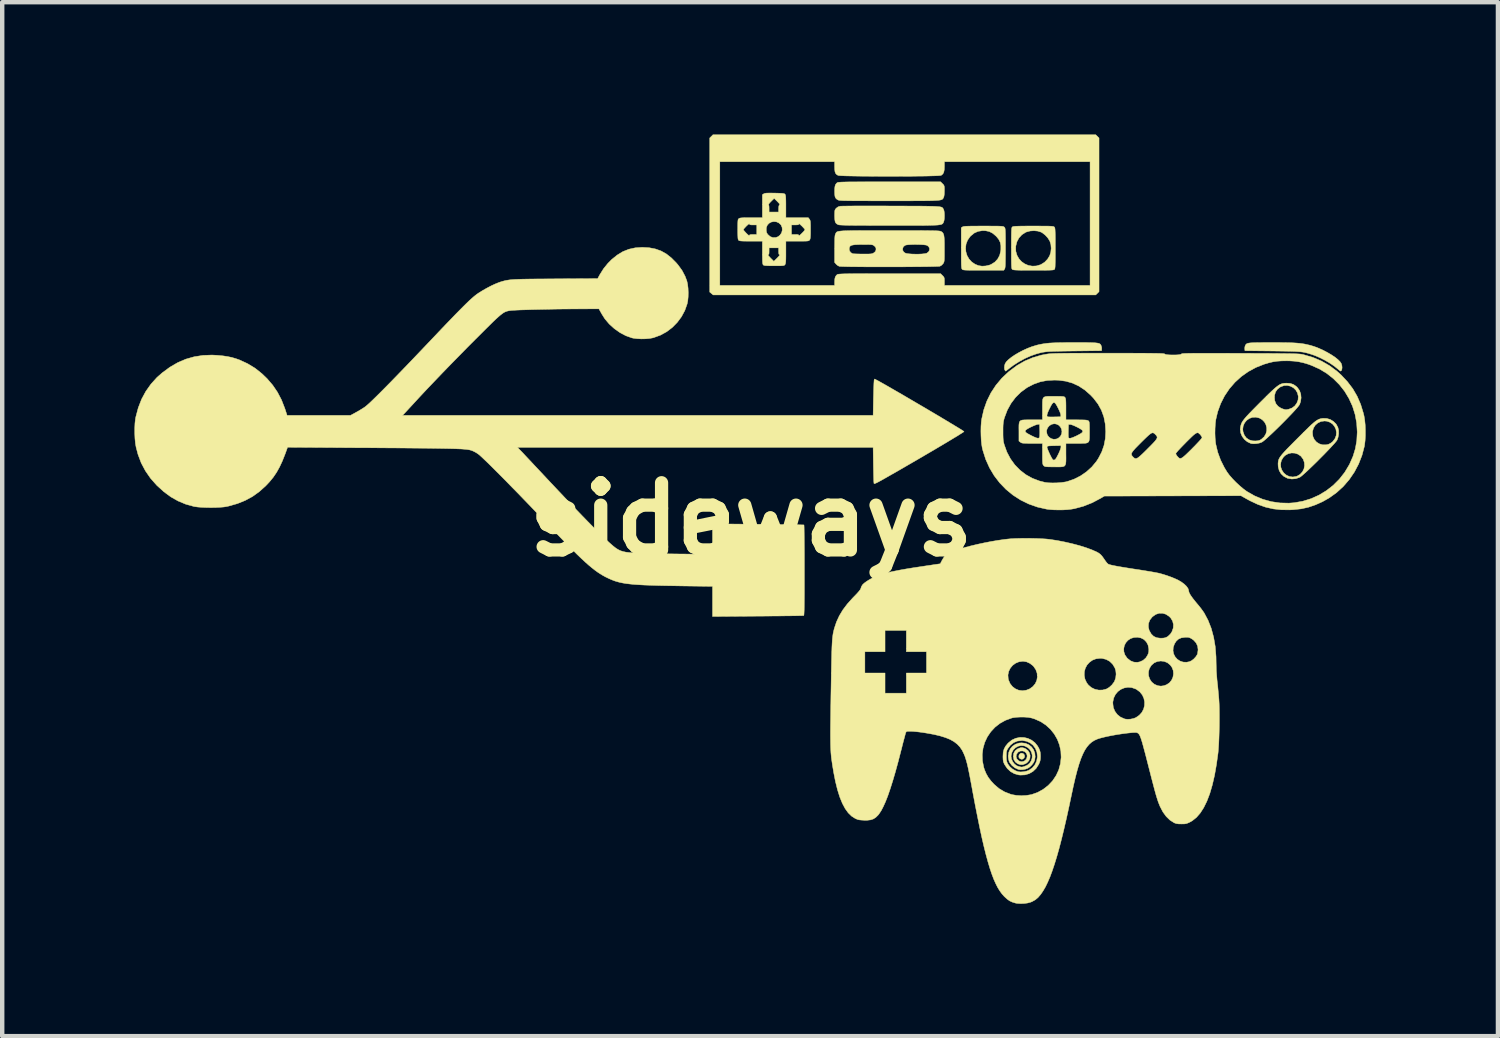
<source format=kicad_pcb>
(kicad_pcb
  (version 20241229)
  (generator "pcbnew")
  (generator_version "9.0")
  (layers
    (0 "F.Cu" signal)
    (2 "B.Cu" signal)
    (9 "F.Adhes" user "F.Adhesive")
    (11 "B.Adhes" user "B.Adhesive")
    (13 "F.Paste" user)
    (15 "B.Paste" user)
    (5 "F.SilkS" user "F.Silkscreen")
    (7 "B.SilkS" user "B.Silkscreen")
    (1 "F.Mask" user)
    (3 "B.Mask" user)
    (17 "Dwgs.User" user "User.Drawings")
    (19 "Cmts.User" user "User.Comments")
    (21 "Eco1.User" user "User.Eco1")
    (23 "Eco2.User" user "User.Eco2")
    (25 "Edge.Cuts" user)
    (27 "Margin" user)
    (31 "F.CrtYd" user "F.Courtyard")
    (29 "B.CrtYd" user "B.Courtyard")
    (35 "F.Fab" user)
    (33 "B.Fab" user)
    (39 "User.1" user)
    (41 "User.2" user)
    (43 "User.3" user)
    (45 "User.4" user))
  (footprint "sideways"
    (layer "F.Cu")
    (at 13.982 8.73)
    (property "Reference" "sideways" (at 0 0 0) (layer "F.SilkS") (effects (font (size 1.524 1.524) (thickness 0.3))))
    (attr through_hole)
    (fp_poly (pts (xy 6.17 5.307) (xy 6.194 5.336) (xy 6.201 5.366) (xy 6.19 5.403) (xy 6.162 5.429) (xy 6.134 5.436) (xy 6.107 5.428) (xy 6.09 5.419) (xy 6.07 5.391) (xy 6.069 5.357) (xy 6.082 5.324) (xy 6.108 5.302) (xy 6.134 5.296) (xy 6.17 5.307)) (stroke (width 0.01) (type solid)) (fill yes) (layer "F.SilkS"))
    (fp_poly (pts (xy 6.202 5.187) (xy 6.223 5.198) (xy 6.276 5.238) (xy 6.309 5.29) (xy 6.325 5.349) (xy 6.321 5.409) (xy 6.298 5.465) (xy 6.256 5.512) (xy 6.223 5.534) (xy 6.16 5.557) (xy 6.103 5.558) (xy 6.043 5.537) (xy 6.041 5.536) (xy 5.988 5.495) (xy 5.955 5.439) (xy 5.945 5.376) (xy 6.007 5.376) (xy 6.021 5.423) (xy 6.056 5.462) (xy 6.088 5.481) (xy 6.132 5.492) (xy 6.174 5.483) (xy 6.208 5.465) (xy 6.24 5.431) (xy 6.256 5.382) (xy 6.255 5.338) (xy 6.235 5.293) (xy 6.2 5.261) (xy 6.154 5.246) (xy 6.106 5.248) (xy 6.059 5.269) (xy 6.044 5.282) (xy 6.014 5.327) (xy 6.007 5.376) (xy 5.945 5.376) (xy 5.944 5.37) (xy 5.944 5.367) (xy 5.954 5.298) (xy 5.986 5.242) (xy 6.039 5.2) (xy 6.05 5.195) (xy 6.105 5.174) (xy 6.152 5.172) (xy 6.202 5.187)) (stroke (width 0.01) (type solid)) (fill yes) (layer "F.SilkS"))
    (fp_poly (pts (xy 6.22 5.074) (xy 6.295 5.106) (xy 6.357 5.156) (xy 6.403 5.22) (xy 6.431 5.296) (xy 6.439 5.379) (xy 6.426 5.462) (xy 6.403 5.512) (xy 6.364 5.564) (xy 6.316 5.61) (xy 6.271 5.64) (xy 6.219 5.659) (xy 6.159 5.67) (xy 6.1 5.673) (xy 6.058 5.666) (xy 5.979 5.629) (xy 5.912 5.575) (xy 5.862 5.51) (xy 5.849 5.484) (xy 5.838 5.443) (xy 5.83 5.392) (xy 5.829 5.369) (xy 5.893 5.369) (xy 5.903 5.432) (xy 5.93 5.492) (xy 5.971 5.544) (xy 6.019 5.581) (xy 6.056 5.595) (xy 6.086 5.603) (xy 6.102 5.607) (xy 6.124 5.612) (xy 6.149 5.61) (xy 6.189 5.6) (xy 6.191 5.599) (xy 6.262 5.569) (xy 6.315 5.524) (xy 6.351 5.469) (xy 6.37 5.406) (xy 6.372 5.342) (xy 6.357 5.279) (xy 6.325 5.221) (xy 6.276 5.173) (xy 6.21 5.138) (xy 6.188 5.131) (xy 6.117 5.125) (xy 6.05 5.14) (xy 5.99 5.175) (xy 5.941 5.225) (xy 5.908 5.288) (xy 5.893 5.36) (xy 5.893 5.369) (xy 5.829 5.369) (xy 5.829 5.366) (xy 5.841 5.278) (xy 5.874 5.202) (xy 5.925 5.14) (xy 5.992 5.095) (xy 6.072 5.068) (xy 6.134 5.063) (xy 6.22 5.074)) (stroke (width 0.01) (type solid)) (fill yes) (layer "F.SilkS"))
    (fp_poly (pts (xy 7.467 -4.013) (xy 7.58 -4.013) (xy 7.672 -4.012) (xy 7.745 -4.01) (xy 7.802 -4.007) (xy 7.845 -4.002) (xy 7.877 -3.996) (xy 7.899 -3.988) (xy 7.914 -3.977) (xy 7.925 -3.964) (xy 7.933 -3.948) (xy 7.937 -3.939) (xy 7.947 -3.9) (xy 7.948 -3.865) (xy 7.944 -3.829) (xy 7.322 -3.822) (xy 7.176 -3.82) (xy 7.052 -3.818) (xy 6.949 -3.816) (xy 6.863 -3.814) (xy 6.791 -3.811) (xy 6.731 -3.808) (xy 6.681 -3.803) (xy 6.637 -3.797) (xy 6.596 -3.79) (xy 6.557 -3.781) (xy 6.516 -3.77) (xy 6.47 -3.757) (xy 6.456 -3.753) (xy 6.335 -3.71) (xy 6.205 -3.652) (xy 6.075 -3.581) (xy 5.952 -3.503) (xy 5.862 -3.436) (xy 5.823 -3.405) (xy 5.792 -3.381) (xy 5.775 -3.367) (xy 5.772 -3.365) (xy 5.764 -3.373) (xy 5.756 -3.381) (xy 5.744 -3.407) (xy 5.741 -3.448) (xy 5.746 -3.494) (xy 5.758 -3.535) (xy 5.786 -3.578) (xy 5.835 -3.627) (xy 5.901 -3.68) (xy 5.981 -3.734) (xy 6.071 -3.787) (xy 6.167 -3.837) (xy 6.266 -3.882) (xy 6.365 -3.92) (xy 6.46 -3.949) (xy 6.461 -3.95) (xy 6.522 -3.965) (xy 6.58 -3.977) (xy 6.639 -3.987) (xy 6.7 -3.995) (xy 6.768 -4.002) (xy 6.845 -4.006) (xy 6.935 -4.01) (xy 7.041 -4.012) (xy 7.165 -4.013) (xy 7.312 -4.013) (xy 7.332 -4.013) (xy 7.467 -4.013)) (stroke (width 0.01) (type solid)) (fill yes) (layer "F.SilkS"))
    (fp_poly (pts (xy 11.807 -4.013) (xy 11.956 -4.013) (xy 12.083 -4.012) (xy 12.191 -4.01) (xy 12.283 -4.007) (xy 12.362 -4.002) (xy 12.431 -3.996) (xy 12.493 -3.988) (xy 12.551 -3.979) (xy 12.609 -3.966) (xy 12.67 -3.952) (xy 12.678 -3.95) (xy 12.772 -3.921) (xy 12.871 -3.883) (xy 12.97 -3.838) (xy 13.067 -3.787) (xy 13.157 -3.734) (xy 13.237 -3.681) (xy 13.303 -3.628) (xy 13.352 -3.579) (xy 13.381 -3.535) (xy 13.381 -3.535) (xy 13.394 -3.49) (xy 13.398 -3.445) (xy 13.393 -3.404) (xy 13.381 -3.376) (xy 13.362 -3.366) (xy 13.361 -3.366) (xy 13.349 -3.374) (xy 13.324 -3.395) (xy 13.298 -3.417) (xy 13.217 -3.482) (xy 13.118 -3.549) (xy 13.008 -3.613) (xy 12.893 -3.671) (xy 12.781 -3.719) (xy 12.725 -3.739) (xy 12.675 -3.755) (xy 12.63 -3.769) (xy 12.588 -3.78) (xy 12.546 -3.79) (xy 12.501 -3.798) (xy 12.45 -3.804) (xy 12.392 -3.808) (xy 12.323 -3.812) (xy 12.24 -3.815) (xy 12.142 -3.817) (xy 12.024 -3.819) (xy 11.885 -3.821) (xy 11.817 -3.822) (xy 11.195 -3.829) (xy 11.191 -3.873) (xy 11.193 -3.912) (xy 11.203 -3.947) (xy 11.212 -3.962) (xy 11.223 -3.976) (xy 11.236 -3.986) (xy 11.256 -3.995) (xy 11.284 -4.001) (xy 11.322 -4.006) (xy 11.374 -4.009) (xy 11.44 -4.011) (xy 11.525 -4.012) (xy 11.629 -4.013) (xy 11.755 -4.013) (xy 11.807 -4.013)) (stroke (width 0.01) (type solid)) (fill yes) (layer "F.SilkS"))
    (fp_poly (pts (xy 4.338 -7.615) (xy 4.359 -7.594) (xy 4.371 -7.575) (xy 4.378 -7.552) (xy 4.381 -7.519) (xy 4.381 -7.468) (xy 4.381 -7.456) (xy 4.379 -7.382) (xy 4.372 -7.33) (xy 4.362 -7.301) (xy 4.355 -7.288) (xy 4.349 -7.277) (xy 4.341 -7.268) (xy 4.33 -7.259) (xy 4.315 -7.252) (xy 4.293 -7.246) (xy 4.264 -7.241) (xy 4.225 -7.237) (xy 4.176 -7.234) (xy 4.114 -7.231) (xy 4.038 -7.229) (xy 3.947 -7.228) (xy 3.839 -7.227) (xy 3.712 -7.227) (xy 3.564 -7.226) (xy 3.396 -7.226) (xy 3.204 -7.226) (xy 3.128 -7.226) (xy 2.933 -7.226) (xy 2.761 -7.226) (xy 2.612 -7.227) (xy 2.484 -7.227) (xy 2.374 -7.227) (xy 2.282 -7.228) (xy 2.206 -7.229) (xy 2.143 -7.23) (xy 2.093 -7.231) (xy 2.054 -7.233) (xy 2.024 -7.235) (xy 2.002 -7.237) (xy 1.986 -7.24) (xy 1.975 -7.244) (xy 1.966 -7.248) (xy 1.96 -7.251) (xy 1.93 -7.272) (xy 1.911 -7.297) (xy 1.899 -7.33) (xy 1.894 -7.378) (xy 1.892 -7.442) (xy 1.894 -7.511) (xy 1.901 -7.561) (xy 1.913 -7.596) (xy 1.934 -7.623) (xy 1.948 -7.636) (xy 1.954 -7.639) (xy 1.963 -7.643) (xy 1.976 -7.646) (xy 1.996 -7.648) (xy 2.023 -7.65) (xy 2.059 -7.652) (xy 2.107 -7.653) (xy 2.167 -7.655) (xy 2.24 -7.656) (xy 2.329 -7.656) (xy 2.435 -7.657) (xy 2.56 -7.657) (xy 2.705 -7.658) (xy 2.872 -7.658) (xy 3.062 -7.658) (xy 3.135 -7.658) (xy 4.295 -7.658) (xy 4.338 -7.615)) (stroke (width 0.01) (type solid)) (fill yes) (layer "F.SilkS"))
    (fp_poly (pts (xy 6.183 4.941) (xy 6.273 4.962) (xy 6.358 5.002) (xy 6.433 5.06) (xy 6.495 5.136) (xy 6.524 5.188) (xy 6.543 5.235) (xy 6.554 5.277) (xy 6.559 5.326) (xy 6.56 5.366) (xy 6.558 5.423) (xy 6.552 5.465) (xy 6.54 5.505) (xy 6.518 5.553) (xy 6.461 5.642) (xy 6.388 5.712) (xy 6.303 5.761) (xy 6.207 5.789) (xy 6.103 5.794) (xy 6.061 5.789) (xy 5.966 5.762) (xy 5.88 5.713) (xy 5.806 5.644) (xy 5.749 5.559) (xy 5.746 5.554) (xy 5.727 5.514) (xy 5.716 5.479) (xy 5.711 5.441) (xy 5.709 5.389) (xy 5.709 5.366) (xy 5.785 5.366) (xy 5.787 5.435) (xy 5.796 5.488) (xy 5.813 5.532) (xy 5.843 5.576) (xy 5.87 5.608) (xy 5.924 5.656) (xy 5.993 5.695) (xy 6.052 5.717) (xy 6.11 5.723) (xy 6.18 5.718) (xy 6.249 5.703) (xy 6.298 5.684) (xy 6.373 5.632) (xy 6.432 5.563) (xy 6.471 5.481) (xy 6.489 5.39) (xy 6.49 5.366) (xy 6.478 5.273) (xy 6.445 5.19) (xy 6.393 5.119) (xy 6.325 5.064) (xy 6.245 5.027) (xy 6.154 5.011) (xy 6.134 5.011) (xy 6.037 5.022) (xy 5.953 5.057) (xy 5.88 5.113) (xy 5.82 5.192) (xy 5.819 5.194) (xy 5.802 5.225) (xy 5.792 5.255) (xy 5.787 5.291) (xy 5.785 5.341) (xy 5.785 5.366) (xy 5.709 5.366) (xy 5.714 5.278) (xy 5.733 5.205) (xy 5.767 5.14) (xy 5.82 5.075) (xy 5.836 5.06) (xy 5.913 4.998) (xy 5.999 4.959) (xy 6.09 4.94) (xy 6.183 4.941)) (stroke (width 0.01) (type solid)) (fill yes) (layer "F.SilkS"))
    (fp_poly (pts (xy 2.89 -7.11) (xy 3.052 -7.11) (xy 3.181 -7.109) (xy 3.377 -7.109) (xy 3.549 -7.108) (xy 3.699 -7.108) (xy 3.828 -7.107) (xy 3.939 -7.106) (xy 4.031 -7.104) (xy 4.108 -7.103) (xy 4.171 -7.1) (xy 4.221 -7.097) (xy 4.26 -7.094) (xy 4.29 -7.089) (xy 4.312 -7.084) (xy 4.327 -7.077) (xy 4.338 -7.069) (xy 4.346 -7.061) (xy 4.352 -7.05) (xy 4.359 -7.038) (xy 4.361 -7.035) (xy 4.373 -7) (xy 4.38 -6.949) (xy 4.382 -6.89) (xy 4.38 -6.83) (xy 4.373 -6.778) (xy 4.363 -6.745) (xy 4.356 -6.732) (xy 4.35 -6.72) (xy 4.343 -6.71) (xy 4.332 -6.702) (xy 4.317 -6.694) (xy 4.296 -6.688) (xy 4.268 -6.683) (xy 4.23 -6.678) (xy 4.182 -6.675) (xy 4.121 -6.673) (xy 4.047 -6.671) (xy 3.957 -6.669) (xy 3.85 -6.668) (xy 3.725 -6.668) (xy 3.58 -6.668) (xy 3.413 -6.668) (xy 3.223 -6.668) (xy 3.135 -6.668) (xy 2.934 -6.668) (xy 2.757 -6.668) (xy 2.603 -6.669) (xy 2.47 -6.669) (xy 2.356 -6.67) (xy 2.26 -6.671) (xy 2.181 -6.672) (xy 2.117 -6.674) (xy 2.066 -6.676) (xy 2.028 -6.678) (xy 2.001 -6.68) (xy 1.983 -6.683) (xy 1.973 -6.686) (xy 1.94 -6.704) (xy 1.916 -6.727) (xy 1.902 -6.761) (xy 1.895 -6.809) (xy 1.892 -6.877) (xy 1.892 -6.891) (xy 1.893 -6.95) (xy 1.895 -6.99) (xy 1.899 -7.016) (xy 1.909 -7.035) (xy 1.923 -7.053) (xy 1.928 -7.059) (xy 1.972 -7.091) (xy 2.02 -7.105) (xy 2.041 -7.106) (xy 2.086 -7.107) (xy 2.152 -7.108) (xy 2.237 -7.109) (xy 2.34 -7.11) (xy 2.459 -7.11) (xy 2.591 -7.11) (xy 2.736 -7.11) (xy 2.89 -7.11)) (stroke (width 0.01) (type solid)) (fill yes) (layer "F.SilkS"))
    (fp_poly (pts (xy 7.85 -8.688) (xy 7.887 -8.651) (xy 7.887 -5.167) (xy 7.85 -5.13) (xy 7.812 -5.093) (xy -0.862 -5.093) (xy -0.94 -5.158) (xy -0.94 -8.115) (xy -0.711 -8.115) (xy -0.711 -5.309) (xy 1.892 -5.309) (xy 1.892 -5.392) (xy 1.896 -5.456) (xy 1.907 -5.501) (xy 1.929 -5.535) (xy 1.948 -5.553) (xy 1.954 -5.557) (xy 1.963 -5.56) (xy 1.976 -5.563) (xy 1.996 -5.565) (xy 2.023 -5.567) (xy 2.059 -5.569) (xy 2.107 -5.571) (xy 2.167 -5.572) (xy 2.24 -5.573) (xy 2.329 -5.574) (xy 2.435 -5.574) (xy 2.56 -5.574) (xy 2.705 -5.575) (xy 2.872 -5.575) (xy 3.062 -5.575) (xy 3.135 -5.575) (xy 4.295 -5.575) (xy 4.338 -5.532) (xy 4.361 -5.508) (xy 4.374 -5.486) (xy 4.38 -5.458) (xy 4.381 -5.416) (xy 4.381 -5.399) (xy 4.381 -5.309) (xy 7.684 -5.309) (xy 7.684 -8.115) (xy 4.381 -8.115) (xy 4.381 -8.007) (xy 4.378 -7.931) (xy 4.367 -7.876) (xy 4.347 -7.837) (xy 4.316 -7.81) (xy 4.306 -7.804) (xy 4.286 -7.801) (xy 4.243 -7.797) (xy 4.179 -7.794) (xy 4.097 -7.792) (xy 3.998 -7.789) (xy 3.885 -7.787) (xy 3.76 -7.786) (xy 3.625 -7.784) (xy 3.483 -7.784) (xy 3.336 -7.783) (xy 3.185 -7.783) (xy 3.034 -7.783) (xy 2.885 -7.783) (xy 2.739 -7.784) (xy 2.6 -7.785) (xy 2.468 -7.786) (xy 2.347 -7.788) (xy 2.239 -7.79) (xy 2.146 -7.792) (xy 2.07 -7.795) (xy 2.013 -7.798) (xy 1.978 -7.802) (xy 1.969 -7.804) (xy 1.935 -7.825) (xy 1.913 -7.851) (xy 1.9 -7.887) (xy 1.894 -7.938) (xy 1.892 -7.997) (xy 1.892 -8.115) (xy -0.711 -8.115) (xy -0.94 -8.115) (xy -0.94 -8.651) (xy -0.866 -8.725) (xy 7.812 -8.725) (xy 7.85 -8.688)) (stroke (width 0.01) (type solid)) (fill yes) (layer "F.SilkS"))
    (fp_poly (pts (xy 5.386 -6.655) (xy 5.481 -6.654) (xy 5.557 -6.654) (xy 5.615 -6.653) (xy 5.658 -6.651) (xy 5.689 -6.649) (xy 5.71 -6.645) (xy 5.724 -6.641) (xy 5.734 -6.635) (xy 5.74 -6.629) (xy 5.747 -6.622) (xy 5.753 -6.612) (xy 5.757 -6.597) (xy 5.76 -6.575) (xy 5.762 -6.543) (xy 5.764 -6.498) (xy 5.765 -6.438) (xy 5.766 -6.36) (xy 5.766 -6.262) (xy 5.766 -6.156) (xy 5.766 -6.035) (xy 5.765 -5.937) (xy 5.764 -5.859) (xy 5.763 -5.799) (xy 5.761 -5.754) (xy 5.758 -5.722) (xy 5.754 -5.7) (xy 5.75 -5.686) (xy 5.746 -5.68) (xy 5.726 -5.652) (xy 5.265 -5.652) (xy 5.145 -5.652) (xy 5.047 -5.652) (xy 4.969 -5.652) (xy 4.909 -5.654) (xy 4.865 -5.655) (xy 4.833 -5.658) (xy 4.811 -5.661) (xy 4.797 -5.665) (xy 4.788 -5.67) (xy 4.784 -5.675) (xy 4.778 -5.683) (xy 4.773 -5.696) (xy 4.77 -5.716) (xy 4.767 -5.747) (xy 4.765 -5.789) (xy 4.764 -5.847) (xy 4.763 -5.921) (xy 4.763 -6.016) (xy 4.763 -6.133) (xy 4.763 -6.157) (xy 4.763 -6.16) (xy 4.861 -6.16) (xy 4.869 -6.071) (xy 4.895 -5.985) (xy 4.94 -5.907) (xy 5.001 -5.84) (xy 5.078 -5.788) (xy 5.156 -5.757) (xy 5.234 -5.745) (xy 5.32 -5.75) (xy 5.404 -5.77) (xy 5.441 -5.785) (xy 5.524 -5.837) (xy 5.589 -5.907) (xy 5.634 -5.991) (xy 5.658 -6.089) (xy 5.661 -6.123) (xy 5.661 -6.212) (xy 5.646 -6.287) (xy 5.613 -6.353) (xy 5.56 -6.418) (xy 5.551 -6.427) (xy 5.476 -6.491) (xy 5.398 -6.531) (xy 5.312 -6.549) (xy 5.239 -6.55) (xy 5.143 -6.534) (xy 5.058 -6.496) (xy 4.983 -6.435) (xy 4.962 -6.414) (xy 4.907 -6.335) (xy 4.873 -6.249) (xy 4.861 -6.16) (xy 4.763 -6.16) (xy 4.763 -6.615) (xy 4.791 -6.635) (xy 4.801 -6.64) (xy 4.818 -6.645) (xy 4.843 -6.648) (xy 4.879 -6.651) (xy 4.928 -6.652) (xy 4.994 -6.654) (xy 5.078 -6.654) (xy 5.184 -6.655) (xy 5.267 -6.655) (xy 5.386 -6.655)) (stroke (width 0.01) (type solid)) (fill yes) (layer "F.SilkS"))
    (fp_poly (pts (xy 13.05 -2.292) (xy 13.131 -2.268) (xy 13.203 -2.224) (xy 13.263 -2.164) (xy 13.303 -2.091) (xy 13.319 -2.023) (xy 13.32 -1.944) (xy 13.307 -1.865) (xy 13.285 -1.803) (xy 13.267 -1.777) (xy 13.233 -1.736) (xy 13.185 -1.683) (xy 13.127 -1.62) (xy 13.059 -1.549) (xy 12.985 -1.472) (xy 12.907 -1.394) (xy 12.828 -1.314) (xy 12.749 -1.237) (xy 12.674 -1.165) (xy 12.605 -1.099) (xy 12.543 -1.043) (xy 12.493 -0.999) (xy 12.455 -0.969) (xy 12.437 -0.957) (xy 12.349 -0.927) (xy 12.257 -0.919) (xy 12.168 -0.934) (xy 12.156 -0.938) (xy 12.077 -0.979) (xy 12.015 -1.037) (xy 11.972 -1.11) (xy 11.95 -1.196) (xy 11.947 -1.243) (xy 11.947 -1.268) (xy 12.004 -1.268) (xy 12.009 -1.188) (xy 12.032 -1.122) (xy 12.076 -1.056) (xy 12.135 -1.007) (xy 12.205 -0.975) (xy 12.281 -0.965) (xy 12.357 -0.977) (xy 12.38 -0.985) (xy 12.448 -1.026) (xy 12.499 -1.082) (xy 12.533 -1.148) (xy 12.547 -1.221) (xy 12.542 -1.295) (xy 12.517 -1.366) (xy 12.47 -1.43) (xy 12.463 -1.438) (xy 12.399 -1.482) (xy 12.327 -1.506) (xy 12.251 -1.51) (xy 12.177 -1.493) (xy 12.111 -1.457) (xy 12.069 -1.417) (xy 12.024 -1.345) (xy 12.004 -1.268) (xy 11.947 -1.268) (xy 11.947 -1.279) (xy 11.95 -1.311) (xy 11.956 -1.341) (xy 11.966 -1.371) (xy 11.983 -1.403) (xy 12.008 -1.439) (xy 12.042 -1.482) (xy 12.087 -1.533) (xy 12.144 -1.594) (xy 12.215 -1.666) (xy 12.302 -1.754) (xy 12.392 -1.844) (xy 12.492 -1.944) (xy 12.51 -1.962) (xy 12.726 -1.962) (xy 12.737 -1.882) (xy 12.769 -1.813) (xy 12.818 -1.757) (xy 12.881 -1.717) (xy 12.954 -1.695) (xy 13.034 -1.694) (xy 13.086 -1.705) (xy 13.127 -1.724) (xy 13.172 -1.755) (xy 13.189 -1.771) (xy 13.237 -1.835) (xy 13.264 -1.905) (xy 13.27 -1.976) (xy 13.258 -2.046) (xy 13.228 -2.11) (xy 13.183 -2.165) (xy 13.123 -2.206) (xy 13.052 -2.23) (xy 13.001 -2.235) (xy 12.92 -2.224) (xy 12.849 -2.191) (xy 12.791 -2.141) (xy 12.75 -2.076) (xy 12.728 -1.999) (xy 12.726 -1.962) (xy 12.51 -1.962) (xy 12.576 -2.027) (xy 12.646 -2.096) (xy 12.704 -2.151) (xy 12.753 -2.194) (xy 12.794 -2.227) (xy 12.829 -2.251) (xy 12.86 -2.268) (xy 12.889 -2.28) (xy 12.918 -2.288) (xy 12.95 -2.293) (xy 12.965 -2.295) (xy 13.05 -2.292)) (stroke (width 0.01) (type solid)) (fill yes) (layer "F.SilkS"))
    (fp_poly (pts (xy 6.521 -6.655) (xy 6.618 -6.654) (xy 6.694 -6.654) (xy 6.753 -6.653) (xy 6.797 -6.651) (xy 6.828 -6.648) (xy 6.849 -6.645) (xy 6.862 -6.641) (xy 6.871 -6.635) (xy 6.875 -6.632) (xy 6.881 -6.623) (xy 6.885 -6.61) (xy 6.889 -6.59) (xy 6.891 -6.56) (xy 6.893 -6.517) (xy 6.895 -6.46) (xy 6.896 -6.385) (xy 6.896 -6.29) (xy 6.896 -6.173) (xy 6.896 -6.15) (xy 6.896 -6.028) (xy 6.896 -5.929) (xy 6.895 -5.851) (xy 6.893 -5.79) (xy 6.892 -5.745) (xy 6.889 -5.713) (xy 6.886 -5.692) (xy 6.881 -5.679) (xy 6.876 -5.671) (xy 6.868 -5.666) (xy 6.855 -5.662) (xy 6.833 -5.658) (xy 6.8 -5.656) (xy 6.754 -5.654) (xy 6.692 -5.653) (xy 6.612 -5.652) (xy 6.512 -5.652) (xy 6.402 -5.652) (xy 6.279 -5.652) (xy 6.178 -5.652) (xy 6.098 -5.653) (xy 6.037 -5.655) (xy 5.991 -5.657) (xy 5.959 -5.66) (xy 5.938 -5.664) (xy 5.926 -5.668) (xy 5.924 -5.67) (xy 5.917 -5.675) (xy 5.912 -5.684) (xy 5.908 -5.697) (xy 5.905 -5.718) (xy 5.903 -5.75) (xy 5.901 -5.794) (xy 5.9 -5.854) (xy 5.899 -5.931) (xy 5.899 -6.028) (xy 5.899 -6.149) (xy 5.899 -6.153) (xy 5.899 -6.178) (xy 5.997 -6.178) (xy 6.001 -6.081) (xy 6.027 -5.992) (xy 6.071 -5.914) (xy 6.13 -5.848) (xy 6.203 -5.797) (xy 6.285 -5.762) (xy 6.373 -5.746) (xy 6.465 -5.75) (xy 6.558 -5.777) (xy 6.571 -5.783) (xy 6.653 -5.834) (xy 6.721 -5.905) (xy 6.768 -5.982) (xy 6.793 -6.06) (xy 6.802 -6.148) (xy 6.795 -6.236) (xy 6.771 -6.314) (xy 6.769 -6.318) (xy 6.724 -6.388) (xy 6.665 -6.452) (xy 6.599 -6.503) (xy 6.568 -6.519) (xy 6.496 -6.541) (xy 6.411 -6.549) (xy 6.325 -6.543) (xy 6.246 -6.522) (xy 6.221 -6.512) (xy 6.137 -6.457) (xy 6.071 -6.385) (xy 6.025 -6.299) (xy 6 -6.201) (xy 5.997 -6.178) (xy 5.899 -6.178) (xy 5.899 -6.274) (xy 5.899 -6.373) (xy 5.9 -6.45) (xy 5.901 -6.511) (xy 5.903 -6.555) (xy 5.905 -6.587) (xy 5.908 -6.609) (xy 5.912 -6.622) (xy 5.917 -6.631) (xy 5.924 -6.637) (xy 5.924 -6.637) (xy 5.935 -6.642) (xy 5.954 -6.646) (xy 5.983 -6.649) (xy 6.026 -6.651) (xy 6.084 -6.653) (xy 6.16 -6.654) (xy 6.256 -6.655) (xy 6.374 -6.655) (xy 6.401 -6.655) (xy 6.521 -6.655)) (stroke (width 0.01) (type solid)) (fill yes) (layer "F.SilkS"))
    (fp_poly (pts (xy 12.229 -3.085) (xy 12.296 -3.062) (xy 12.357 -3.02) (xy 12.384 -2.994) (xy 12.433 -2.926) (xy 12.461 -2.847) (xy 12.469 -2.76) (xy 12.456 -2.67) (xy 12.434 -2.608) (xy 12.417 -2.582) (xy 12.384 -2.541) (xy 12.337 -2.487) (xy 12.279 -2.424) (xy 12.211 -2.353) (xy 12.137 -2.276) (xy 12.059 -2.197) (xy 11.979 -2.117) (xy 11.9 -2.04) (xy 11.824 -1.967) (xy 11.753 -1.901) (xy 11.69 -1.843) (xy 11.638 -1.798) (xy 11.598 -1.767) (xy 11.576 -1.753) (xy 11.521 -1.734) (xy 11.458 -1.722) (xy 11.394 -1.718) (xy 11.342 -1.722) (xy 11.328 -1.726) (xy 11.248 -1.764) (xy 11.182 -1.819) (xy 11.131 -1.888) (xy 11.099 -1.965) (xy 11.09 -2.047) (xy 11.146 -2.047) (xy 11.152 -1.994) (xy 11.181 -1.913) (xy 11.227 -1.851) (xy 11.289 -1.808) (xy 11.366 -1.785) (xy 11.433 -1.782) (xy 11.485 -1.786) (xy 11.523 -1.795) (xy 11.558 -1.813) (xy 11.572 -1.823) (xy 11.632 -1.878) (xy 11.67 -1.943) (xy 11.689 -2.012) (xy 11.689 -2.083) (xy 11.671 -2.151) (xy 11.637 -2.213) (xy 11.587 -2.264) (xy 11.522 -2.302) (xy 11.444 -2.321) (xy 11.441 -2.321) (xy 11.363 -2.317) (xy 11.293 -2.291) (xy 11.233 -2.248) (xy 11.186 -2.19) (xy 11.156 -2.122) (xy 11.146 -2.047) (xy 11.09 -2.047) (xy 11.089 -2.048) (xy 11.092 -2.081) (xy 11.098 -2.116) (xy 11.106 -2.148) (xy 11.117 -2.18) (xy 11.134 -2.213) (xy 11.158 -2.249) (xy 11.191 -2.291) (xy 11.233 -2.34) (xy 11.288 -2.399) (xy 11.356 -2.469) (xy 11.439 -2.553) (xy 11.535 -2.65) (xy 11.637 -2.751) (xy 11.673 -2.787) (xy 11.864 -2.787) (xy 11.87 -2.701) (xy 11.897 -2.628) (xy 11.946 -2.568) (xy 12.014 -2.524) (xy 12.055 -2.508) (xy 12.091 -2.497) (xy 12.115 -2.492) (xy 12.137 -2.492) (xy 12.169 -2.498) (xy 12.193 -2.503) (xy 12.266 -2.531) (xy 12.327 -2.578) (xy 12.372 -2.64) (xy 12.4 -2.712) (xy 12.405 -2.79) (xy 12.405 -2.794) (xy 12.386 -2.871) (xy 12.348 -2.937) (xy 12.295 -2.988) (xy 12.23 -3.023) (xy 12.159 -3.041) (xy 12.084 -3.038) (xy 12.01 -3.012) (xy 11.996 -3.005) (xy 11.932 -2.955) (xy 11.889 -2.893) (xy 11.867 -2.816) (xy 11.864 -2.787) (xy 11.673 -2.787) (xy 11.722 -2.836) (xy 11.794 -2.905) (xy 11.854 -2.96) (xy 11.904 -3.003) (xy 11.948 -3.036) (xy 11.985 -3.06) (xy 12.02 -3.075) (xy 12.053 -3.085) (xy 12.087 -3.09) (xy 12.124 -3.092) (xy 12.148 -3.092) (xy 12.229 -3.085)) (stroke (width 0.01) (type solid)) (fill yes) (layer "F.SilkS"))
    (fp_poly (pts (xy 3.029 -6.553) (xy 3.137 -6.553) (xy 3.334 -6.553) (xy 3.506 -6.553) (xy 3.657 -6.553) (xy 3.786 -6.553) (xy 3.897 -6.552) (xy 3.99 -6.551) (xy 4.067 -6.55) (xy 4.13 -6.549) (xy 4.181 -6.548) (xy 4.22 -6.546) (xy 4.25 -6.544) (xy 4.272 -6.541) (xy 4.288 -6.539) (xy 4.298 -6.535) (xy 4.306 -6.532) (xy 4.306 -6.532) (xy 4.329 -6.517) (xy 4.346 -6.499) (xy 4.359 -6.476) (xy 4.369 -6.444) (xy 4.375 -6.4) (xy 4.379 -6.341) (xy 4.381 -6.264) (xy 4.381 -6.165) (xy 4.381 -6.137) (xy 4.381 -6.044) (xy 4.381 -5.972) (xy 4.38 -5.919) (xy 4.378 -5.88) (xy 4.374 -5.853) (xy 4.369 -5.833) (xy 4.362 -5.818) (xy 4.353 -5.803) (xy 4.352 -5.803) (xy 4.32 -5.768) (xy 4.281 -5.745) (xy 4.279 -5.744) (xy 4.26 -5.742) (xy 4.217 -5.74) (xy 4.154 -5.738) (xy 4.071 -5.736) (xy 3.973 -5.734) (xy 3.86 -5.733) (xy 3.736 -5.732) (xy 3.602 -5.731) (xy 3.461 -5.73) (xy 3.315 -5.729) (xy 3.166 -5.729) (xy 3.017 -5.729) (xy 2.87 -5.729) (xy 2.727 -5.729) (xy 2.59 -5.73) (xy 2.462 -5.731) (xy 2.345 -5.732) (xy 2.241 -5.733) (xy 2.152 -5.735) (xy 2.081 -5.737) (xy 2.031 -5.739) (xy 2.002 -5.741) (xy 1.998 -5.742) (xy 1.963 -5.759) (xy 1.929 -5.788) (xy 1.925 -5.792) (xy 1.892 -5.831) (xy 1.892 -6.123) (xy 2.223 -6.123) (xy 2.233 -6.087) (xy 2.261 -6.052) (xy 2.298 -6.029) (xy 2.299 -6.029) (xy 2.317 -6.026) (xy 2.357 -6.024) (xy 2.412 -6.022) (xy 2.479 -6.021) (xy 2.529 -6.021) (xy 2.607 -6.021) (xy 2.664 -6.021) (xy 2.705 -6.023) (xy 2.734 -6.027) (xy 2.754 -6.033) (xy 2.772 -6.042) (xy 2.783 -6.049) (xy 2.814 -6.076) (xy 2.828 -6.108) (xy 2.83 -6.123) (xy 2.829 -6.148) (xy 3.434 -6.148) (xy 3.436 -6.106) (xy 3.458 -6.067) (xy 3.493 -6.042) (xy 3.526 -6.032) (xy 3.579 -6.025) (xy 3.645 -6.02) (xy 3.719 -6.018) (xy 3.794 -6.018) (xy 3.865 -6.021) (xy 3.925 -6.027) (xy 3.969 -6.035) (xy 3.982 -6.04) (xy 4.022 -6.07) (xy 4.042 -6.109) (xy 4.043 -6.151) (xy 4.023 -6.19) (xy 3.989 -6.216) (xy 3.961 -6.224) (xy 3.913 -6.23) (xy 3.851 -6.234) (xy 3.781 -6.236) (xy 3.707 -6.237) (xy 3.636 -6.235) (xy 3.573 -6.232) (xy 3.524 -6.227) (xy 3.494 -6.22) (xy 3.493 -6.219) (xy 3.453 -6.188) (xy 3.434 -6.148) (xy 2.829 -6.148) (xy 2.828 -6.157) (xy 2.814 -6.183) (xy 2.794 -6.202) (xy 2.779 -6.214) (xy 2.764 -6.223) (xy 2.746 -6.229) (xy 2.719 -6.233) (xy 2.681 -6.235) (xy 2.626 -6.236) (xy 2.551 -6.236) (xy 2.532 -6.236) (xy 2.435 -6.235) (xy 2.36 -6.232) (xy 2.305 -6.225) (xy 2.267 -6.214) (xy 2.242 -6.198) (xy 2.229 -6.174) (xy 2.223 -6.144) (xy 2.223 -6.123) (xy 1.892 -6.123) (xy 1.892 -6.136) (xy 1.893 -6.236) (xy 1.894 -6.315) (xy 1.895 -6.374) (xy 1.898 -6.417) (xy 1.902 -6.448) (xy 1.908 -6.469) (xy 1.912 -6.477) (xy 1.918 -6.49) (xy 1.924 -6.501) (xy 1.931 -6.511) (xy 1.941 -6.52) (xy 1.955 -6.527) (xy 1.975 -6.533) (xy 2.003 -6.538) (xy 2.039 -6.542) (xy 2.086 -6.546) (xy 2.145 -6.548) (xy 2.218 -6.55) (xy 2.306 -6.552) (xy 2.411 -6.552) (xy 2.534 -6.553) (xy 2.677 -6.553) (xy 2.841 -6.553) (xy 3.029 -6.553)) (stroke (width 0.01) (type solid)) (fill yes) (layer "F.SilkS"))
    (fp_poly (pts (xy 6.876 -2.794) (xy 6.956 -2.794) (xy 7.015 -2.793) (xy 7.055 -2.791) (xy 7.082 -2.788) (xy 7.099 -2.783) (xy 7.11 -2.776) (xy 7.118 -2.766) (xy 7.125 -2.751) (xy 7.13 -2.729) (xy 7.134 -2.695) (xy 7.136 -2.646) (xy 7.137 -2.578) (xy 7.137 -2.499) (xy 7.137 -2.261) (xy 7.376 -2.261) (xy 7.463 -2.26) (xy 7.529 -2.259) (xy 7.576 -2.257) (xy 7.608 -2.253) (xy 7.63 -2.247) (xy 7.643 -2.241) (xy 7.653 -2.233) (xy 7.66 -2.222) (xy 7.665 -2.205) (xy 7.668 -2.178) (xy 7.67 -2.138) (xy 7.671 -2.079) (xy 7.671 -2) (xy 7.671 -1.912) (xy 7.67 -1.846) (xy 7.665 -1.798) (xy 7.653 -1.764) (xy 7.63 -1.744) (xy 7.593 -1.732) (xy 7.541 -1.728) (xy 7.469 -1.727) (xy 7.379 -1.727) (xy 7.137 -1.727) (xy 7.137 -1.486) (xy 7.138 -1.392) (xy 7.137 -1.321) (xy 7.132 -1.269) (xy 7.12 -1.234) (xy 7.1 -1.211) (xy 7.066 -1.199) (xy 7.018 -1.194) (xy 6.953 -1.193) (xy 6.873 -1.194) (xy 6.794 -1.194) (xy 6.737 -1.195) (xy 6.698 -1.197) (xy 6.671 -1.2) (xy 6.654 -1.206) (xy 6.641 -1.214) (xy 6.632 -1.223) (xy 6.622 -1.235) (xy 6.615 -1.248) (xy 6.61 -1.268) (xy 6.607 -1.297) (xy 6.605 -1.339) (xy 6.604 -1.399) (xy 6.604 -1.48) (xy 6.604 -1.643) (xy 6.708 -1.643) (xy 6.712 -1.622) (xy 6.725 -1.585) (xy 6.745 -1.538) (xy 6.768 -1.486) (xy 6.793 -1.436) (xy 6.815 -1.394) (xy 6.834 -1.365) (xy 6.836 -1.362) (xy 6.86 -1.347) (xy 6.887 -1.357) (xy 6.899 -1.368) (xy 6.92 -1.398) (xy 6.944 -1.442) (xy 6.97 -1.494) (xy 6.994 -1.547) (xy 7.012 -1.594) (xy 7.022 -1.629) (xy 7.023 -1.638) (xy 7.023 -1.677) (xy 6.868 -1.674) (xy 6.802 -1.672) (xy 6.758 -1.67) (xy 6.731 -1.666) (xy 6.716 -1.661) (xy 6.71 -1.652) (xy 6.708 -1.643) (xy 6.604 -1.643) (xy 6.604 -1.727) (xy 6.371 -1.727) (xy 6.288 -1.727) (xy 6.226 -1.728) (xy 6.182 -1.73) (xy 6.151 -1.733) (xy 6.131 -1.738) (xy 6.115 -1.746) (xy 6.104 -1.754) (xy 6.071 -1.78) (xy 6.071 -1.995) (xy 6.071 -2.008) (xy 6.214 -2.008) (xy 6.217 -1.99) (xy 6.235 -1.97) (xy 6.272 -1.946) (xy 6.33 -1.915) (xy 6.346 -1.906) (xy 6.415 -1.873) (xy 6.466 -1.852) (xy 6.501 -1.844) (xy 6.523 -1.848) (xy 6.536 -1.863) (xy 6.538 -1.866) (xy 6.541 -1.888) (xy 6.543 -1.93) (xy 6.544 -1.976) (xy 6.698 -1.976) (xy 6.716 -1.915) (xy 6.753 -1.868) (xy 6.802 -1.835) (xy 6.858 -1.82) (xy 6.918 -1.825) (xy 6.967 -1.847) (xy 7.013 -1.89) (xy 7.039 -1.942) (xy 7.041 -1.956) (xy 7.19 -1.956) (xy 7.19 -1.906) (xy 7.192 -1.871) (xy 7.194 -1.858) (xy 7.209 -1.844) (xy 7.239 -1.844) (xy 7.287 -1.858) (xy 7.353 -1.887) (xy 7.367 -1.893) (xy 7.439 -1.93) (xy 7.488 -1.959) (xy 7.514 -1.985) (xy 7.517 -2.009) (xy 7.498 -2.033) (xy 7.456 -2.061) (xy 7.393 -2.095) (xy 7.39 -2.096) (xy 7.323 -2.128) (xy 7.271 -2.148) (xy 7.235 -2.157) (xy 7.228 -2.157) (xy 7.195 -2.153) (xy 7.191 -2.014) (xy 7.19 -1.956) (xy 7.041 -1.956) (xy 7.046 -1.998) (xy 7.036 -2.053) (xy 7.01 -2.102) (xy 6.97 -2.142) (xy 6.916 -2.166) (xy 6.87 -2.172) (xy 6.812 -2.16) (xy 6.761 -2.128) (xy 6.722 -2.082) (xy 6.7 -2.027) (xy 6.698 -1.976) (xy 6.544 -1.976) (xy 6.544 -1.983) (xy 6.543 -2.025) (xy 6.539 -2.159) (xy 6.501 -2.159) (xy 6.473 -2.153) (xy 6.43 -2.137) (xy 6.379 -2.115) (xy 6.326 -2.09) (xy 6.277 -2.064) (xy 6.241 -2.041) (xy 6.224 -2.027) (xy 6.214 -2.008) (xy 6.071 -2.008) (xy 6.07 -2.08) (xy 6.071 -2.145) (xy 6.077 -2.192) (xy 6.089 -2.224) (xy 6.112 -2.245) (xy 6.149 -2.256) (xy 6.202 -2.26) (xy 6.274 -2.261) (xy 6.363 -2.261) (xy 6.604 -2.261) (xy 6.604 -2.351) (xy 6.706 -2.351) (xy 6.714 -2.332) (xy 6.73 -2.329) (xy 6.765 -2.327) (xy 6.815 -2.326) (xy 6.87 -2.327) (xy 7.017 -2.33) (xy 7.021 -2.364) (xy 7.016 -2.394) (xy 6.999 -2.441) (xy 6.971 -2.504) (xy 6.96 -2.526) (xy 6.926 -2.59) (xy 6.898 -2.633) (xy 6.874 -2.653) (xy 6.85 -2.65) (xy 6.824 -2.625) (xy 6.795 -2.577) (xy 6.759 -2.505) (xy 6.757 -2.503) (xy 6.727 -2.435) (xy 6.71 -2.385) (xy 6.706 -2.351) (xy 6.604 -2.351) (xy 6.604 -2.502) (xy 6.604 -2.595) (xy 6.605 -2.667) (xy 6.609 -2.718) (xy 6.621 -2.754) (xy 6.642 -2.776) (xy 6.676 -2.789) (xy 6.725 -2.794) (xy 6.793 -2.794) (xy 6.876 -2.794)) (stroke (width 0.01) (type solid)) (fill yes) (layer "F.SilkS"))
    (fp_poly (pts (xy 0.466 -7.403) (xy 0.534 -7.402) (xy 0.613 -7.4) (xy 0.672 -7.398) (xy 0.712 -7.395) (xy 0.739 -7.391) (xy 0.755 -7.386) (xy 0.766 -7.378) (xy 0.769 -7.373) (xy 0.776 -7.359) (xy 0.781 -7.334) (xy 0.784 -7.295) (xy 0.786 -7.239) (xy 0.787 -7.163) (xy 0.787 -7.097) (xy 0.787 -6.845) (xy 1.294 -6.845) (xy 1.32 -6.812) (xy 1.33 -6.797) (xy 1.337 -6.78) (xy 1.342 -6.756) (xy 1.344 -6.721) (xy 1.346 -6.67) (xy 1.346 -6.6) (xy 1.346 -6.573) (xy 1.346 -6.492) (xy 1.344 -6.433) (xy 1.341 -6.391) (xy 1.336 -6.363) (xy 1.329 -6.344) (xy 1.326 -6.34) (xy 1.319 -6.331) (xy 1.309 -6.324) (xy 1.294 -6.319) (xy 1.27 -6.315) (xy 1.233 -6.313) (xy 1.179 -6.312) (xy 1.107 -6.312) (xy 1.047 -6.312) (xy 0.787 -6.312) (xy 0.787 -6.061) (xy 0.787 -5.971) (xy 0.786 -5.903) (xy 0.784 -5.854) (xy 0.78 -5.82) (xy 0.775 -5.797) (xy 0.768 -5.782) (xy 0.768 -5.781) (xy 0.76 -5.771) (xy 0.749 -5.764) (xy 0.733 -5.759) (xy 0.706 -5.756) (xy 0.666 -5.754) (xy 0.608 -5.753) (xy 0.529 -5.753) (xy 0.521 -5.753) (xy 0.437 -5.753) (xy 0.375 -5.755) (xy 0.331 -5.757) (xy 0.302 -5.761) (xy 0.284 -5.766) (xy 0.274 -5.773) (xy 0.267 -5.783) (xy 0.262 -5.801) (xy 0.258 -5.829) (xy 0.256 -5.871) (xy 0.255 -5.93) (xy 0.254 -6) (xy 0.38 -6) (xy 0.396 -5.977) (xy 0.431 -5.939) (xy 0.438 -5.931) (xy 0.514 -5.855) (xy 0.588 -5.928) (xy 0.625 -5.967) (xy 0.644 -5.992) (xy 0.644 -6.004) (xy 0.642 -6.005) (xy 0.63 -6.014) (xy 0.624 -6.038) (xy 0.622 -6.082) (xy 0.622 -6.084) (xy 0.622 -6.16) (xy 0.406 -6.16) (xy 0.406 -6.083) (xy 0.405 -6.04) (xy 0.401 -6.017) (xy 0.391 -6.008) (xy 0.385 -6.007) (xy 0.38 -6) (xy 0.254 -6) (xy 0.254 -6.01) (xy 0.254 -6.052) (xy 0.254 -6.312) (xy -0.005 -6.312) (xy -0.095 -6.312) (xy -0.163 -6.313) (xy -0.212 -6.315) (xy -0.246 -6.318) (xy -0.268 -6.323) (xy -0.281 -6.329) (xy -0.285 -6.332) (xy -0.292 -6.343) (xy -0.298 -6.362) (xy -0.301 -6.392) (xy -0.303 -6.437) (xy -0.305 -6.501) (xy -0.305 -6.573) (xy -0.178 -6.573) (xy -0.169 -6.558) (xy -0.147 -6.532) (xy -0.116 -6.498) (xy -0.111 -6.493) (xy -0.074 -6.457) (xy -0.051 -6.441) (xy -0.041 -6.443) (xy -0.04 -6.445) (xy -0.032 -6.456) (xy -0.009 -6.462) (xy 0.032 -6.464) (xy 0.045 -6.464) (xy 0.127 -6.464) (xy 0.127 -6.547) (xy 0.342 -6.547) (xy 0.351 -6.505) (xy 0.373 -6.468) (xy 0.377 -6.464) (xy 0.431 -6.416) (xy 0.491 -6.393) (xy 0.555 -6.394) (xy 0.609 -6.413) (xy 0.657 -6.451) (xy 0.69 -6.503) (xy 0.705 -6.562) (xy 0.701 -6.623) (xy 0.677 -6.678) (xy 0.676 -6.68) (xy 0.914 -6.68) (xy 0.914 -6.464) (xy 0.997 -6.464) (xy 1.042 -6.463) (xy 1.067 -6.459) (xy 1.078 -6.451) (xy 1.079 -6.443) (xy 1.086 -6.438) (xy 1.108 -6.451) (xy 1.144 -6.485) (xy 1.149 -6.49) (xy 1.183 -6.524) (xy 1.207 -6.553) (xy 1.219 -6.571) (xy 1.219 -6.572) (xy 1.211 -6.587) (xy 1.188 -6.614) (xy 1.156 -6.648) (xy 1.149 -6.655) (xy 1.111 -6.69) (xy 1.088 -6.706) (xy 1.08 -6.703) (xy 1.079 -6.702) (xy 1.076 -6.69) (xy 1.061 -6.683) (xy 1.029 -6.681) (xy 0.997 -6.68) (xy 0.914 -6.68) (xy 0.676 -6.68) (xy 0.671 -6.686) (xy 0.624 -6.728) (xy 0.57 -6.751) (xy 0.512 -6.756) (xy 0.455 -6.745) (xy 0.406 -6.718) (xy 0.367 -6.677) (xy 0.345 -6.623) (xy 0.343 -6.604) (xy 0.342 -6.547) (xy 0.127 -6.547) (xy 0.127 -6.68) (xy 0.044 -6.68) (xy -0.001 -6.681) (xy -0.026 -6.685) (xy -0.037 -6.693) (xy -0.038 -6.702) (xy -0.045 -6.707) (xy -0.066 -6.693) (xy -0.103 -6.66) (xy -0.108 -6.655) (xy -0.141 -6.62) (xy -0.166 -6.592) (xy -0.177 -6.575) (xy -0.178 -6.573) (xy -0.305 -6.573) (xy -0.305 -6.579) (xy -0.305 -6.66) (xy -0.304 -6.719) (xy -0.302 -6.761) (xy -0.299 -6.789) (xy -0.295 -6.806) (xy -0.287 -6.817) (xy -0.278 -6.825) (xy -0.277 -6.826) (xy -0.262 -6.833) (xy -0.241 -6.838) (xy -0.208 -6.841) (xy -0.16 -6.844) (xy -0.094 -6.845) (xy -0.007 -6.845) (xy 0.003 -6.845) (xy 0.254 -6.845) (xy 0.254 -7.141) (xy 0.392 -7.141) (xy 0.393 -7.14) (xy 0.4 -7.126) (xy 0.405 -7.094) (xy 0.406 -7.054) (xy 0.406 -6.972) (xy 0.622 -6.972) (xy 0.622 -7.048) (xy 0.625 -7.097) (xy 0.633 -7.125) (xy 0.641 -7.134) (xy 0.648 -7.143) (xy 0.641 -7.159) (xy 0.618 -7.185) (xy 0.591 -7.214) (xy 0.521 -7.283) (xy 0.451 -7.213) (xy 0.419 -7.18) (xy 0.399 -7.155) (xy 0.392 -7.141) (xy 0.254 -7.141) (xy 0.254 -7.365) (xy 0.285 -7.386) (xy 0.3 -7.393) (xy 0.322 -7.398) (xy 0.354 -7.402) (xy 0.401 -7.403) (xy 0.466 -7.403)) (stroke (width 0.01) (type solid)) (fill yes) (layer "F.SilkS"))
    (fp_poly (pts (xy 8.306 -3.772) (xy 8.492 -3.772) (xy 8.656 -3.772) (xy 8.798 -3.771) (xy 8.921 -3.771) (xy 9.025 -3.77) (xy 9.113 -3.769) (xy 9.185 -3.768) (xy 9.243 -3.767) (xy 9.288 -3.765) (xy 9.323 -3.764) (xy 9.347 -3.761) (xy 9.364 -3.759) (xy 9.373 -3.756) (xy 9.377 -3.753) (xy 9.377 -3.753) (xy 9.392 -3.745) (xy 9.426 -3.738) (xy 9.474 -3.734) (xy 9.531 -3.732) (xy 9.59 -3.732) (xy 9.648 -3.733) (xy 9.697 -3.737) (xy 9.734 -3.743) (xy 9.752 -3.751) (xy 9.754 -3.753) (xy 9.756 -3.756) (xy 9.762 -3.759) (xy 9.775 -3.762) (xy 9.796 -3.764) (xy 9.825 -3.765) (xy 9.865 -3.767) (xy 9.917 -3.768) (xy 9.982 -3.769) (xy 10.062 -3.77) (xy 10.157 -3.77) (xy 10.27 -3.77) (xy 10.402 -3.77) (xy 10.554 -3.77) (xy 10.727 -3.77) (xy 10.924 -3.769) (xy 11.084 -3.769) (xy 11.297 -3.768) (xy 11.486 -3.767) (xy 11.653 -3.767) (xy 11.799 -3.766) (xy 11.926 -3.765) (xy 12.035 -3.764) (xy 12.128 -3.763) (xy 12.207 -3.762) (xy 12.273 -3.761) (xy 12.327 -3.759) (xy 12.372 -3.757) (xy 12.409 -3.755) (xy 12.438 -3.753) (xy 12.463 -3.75) (xy 12.484 -3.747) (xy 12.503 -3.743) (xy 12.522 -3.739) (xy 12.529 -3.737) (xy 12.737 -3.676) (xy 12.932 -3.593) (xy 13.114 -3.488) (xy 13.284 -3.361) (xy 13.376 -3.278) (xy 13.519 -3.126) (xy 13.64 -2.967) (xy 13.739 -2.797) (xy 13.819 -2.613) (xy 13.88 -2.414) (xy 13.896 -2.348) (xy 13.911 -2.255) (xy 13.922 -2.145) (xy 13.926 -2.026) (xy 13.926 -1.905) (xy 13.92 -1.791) (xy 13.908 -1.691) (xy 13.903 -1.659) (xy 13.849 -1.455) (xy 13.773 -1.26) (xy 13.676 -1.076) (xy 13.559 -0.905) (xy 13.425 -0.75) (xy 13.273 -0.611) (xy 13.106 -0.491) (xy 12.956 -0.406) (xy 12.793 -0.333) (xy 12.634 -0.279) (xy 12.471 -0.243) (xy 12.297 -0.224) (xy 12.222 -0.22) (xy 12.026 -0.221) (xy 11.842 -0.241) (xy 11.665 -0.281) (xy 11.49 -0.342) (xy 11.313 -0.425) (xy 11.246 -0.461) (xy 11.106 -0.54) (xy 8.007 -0.532) (xy 7.925 -0.483) (xy 7.732 -0.381) (xy 7.533 -0.302) (xy 7.329 -0.247) (xy 7.258 -0.235) (xy 7.175 -0.225) (xy 7.076 -0.219) (xy 6.969 -0.218) (xy 6.864 -0.22) (xy 6.767 -0.227) (xy 6.699 -0.236) (xy 6.491 -0.283) (xy 6.293 -0.353) (xy 6.107 -0.444) (xy 5.935 -0.555) (xy 5.777 -0.685) (xy 5.635 -0.832) (xy 5.51 -0.995) (xy 5.404 -1.173) (xy 5.318 -1.364) (xy 5.253 -1.568) (xy 5.238 -1.629) (xy 5.226 -1.704) (xy 5.216 -1.798) (xy 5.211 -1.903) (xy 5.209 -2) (xy 5.71 -2) (xy 5.71 -1.918) (xy 5.712 -1.855) (xy 5.715 -1.806) (xy 5.721 -1.763) (xy 5.731 -1.722) (xy 5.738 -1.697) (xy 5.798 -1.53) (xy 5.879 -1.377) (xy 5.978 -1.24) (xy 6.095 -1.12) (xy 6.227 -1.018) (xy 6.374 -0.936) (xy 6.535 -0.875) (xy 6.661 -0.843) (xy 6.74 -0.833) (xy 6.834 -0.83) (xy 6.936 -0.832) (xy 7.037 -0.84) (xy 7.127 -0.853) (xy 7.169 -0.863) (xy 7.322 -0.916) (xy 7.468 -0.99) (xy 7.603 -1.083) (xy 7.724 -1.193) (xy 7.827 -1.317) (xy 7.872 -1.386) (xy 7.921 -1.479) (xy 8.621 -1.479) (xy 8.627 -1.458) (xy 8.642 -1.437) (xy 8.657 -1.42) (xy 8.679 -1.399) (xy 8.699 -1.386) (xy 8.721 -1.382) (xy 8.746 -1.388) (xy 8.777 -1.406) (xy 8.816 -1.438) (xy 8.866 -1.484) (xy 8.878 -1.495) (xy 9.627 -1.495) (xy 9.635 -1.473) (xy 9.655 -1.443) (xy 9.666 -1.429) (xy 9.687 -1.407) (xy 9.706 -1.391) (xy 9.726 -1.385) (xy 9.749 -1.389) (xy 9.777 -1.404) (xy 9.813 -1.432) (xy 9.86 -1.474) (xy 9.919 -1.531) (xy 9.994 -1.605) (xy 9.998 -1.61) (xy 10.06 -1.672) (xy 10.115 -1.73) (xy 10.162 -1.78) (xy 10.197 -1.82) (xy 10.218 -1.847) (xy 10.223 -1.857) (xy 10.216 -1.879) (xy 10.195 -1.91) (xy 10.184 -1.924) (xy 10.163 -1.946) (xy 10.15 -1.956) (xy 10.516 -1.956) (xy 10.52 -1.846) (xy 10.529 -1.748) (xy 10.535 -1.707) (xy 10.578 -1.527) (xy 10.644 -1.347) (xy 10.731 -1.174) (xy 10.791 -1.076) (xy 10.844 -1.004) (xy 10.913 -0.925) (xy 10.993 -0.843) (xy 11.077 -0.765) (xy 11.16 -0.695) (xy 11.236 -0.639) (xy 11.237 -0.638) (xy 11.414 -0.537) (xy 11.599 -0.46) (xy 11.792 -0.406) (xy 11.99 -0.377) (xy 12.191 -0.372) (xy 12.313 -0.381) (xy 12.509 -0.416) (xy 12.697 -0.474) (xy 12.876 -0.555) (xy 13.043 -0.656) (xy 13.197 -0.776) (xy 13.336 -0.915) (xy 13.458 -1.071) (xy 13.561 -1.243) (xy 13.57 -1.261) (xy 13.646 -1.434) (xy 13.699 -1.608) (xy 13.731 -1.788) (xy 13.741 -1.979) (xy 13.741 -1.988) (xy 13.729 -2.188) (xy 13.693 -2.382) (xy 13.635 -2.568) (xy 13.555 -2.743) (xy 13.456 -2.908) (xy 13.337 -3.059) (xy 13.201 -3.195) (xy 13.049 -3.315) (xy 12.881 -3.416) (xy 12.699 -3.497) (xy 12.63 -3.522) (xy 12.519 -3.555) (xy 12.418 -3.577) (xy 12.316 -3.591) (xy 12.204 -3.598) (xy 12.141 -3.599) (xy 12.024 -3.597) (xy 11.923 -3.59) (xy 11.83 -3.576) (xy 11.734 -3.553) (xy 11.633 -3.523) (xy 11.447 -3.45) (xy 11.273 -3.356) (xy 11.113 -3.243) (xy 10.969 -3.112) (xy 10.842 -2.965) (xy 10.733 -2.803) (xy 10.645 -2.629) (xy 10.577 -2.443) (xy 10.535 -2.264) (xy 10.524 -2.174) (xy 10.518 -2.069) (xy 10.516 -1.956) (xy 10.15 -1.956) (xy 10.144 -1.962) (xy 10.124 -1.968) (xy 10.101 -1.964) (xy 10.073 -1.949) (xy 10.036 -1.921) (xy 9.99 -1.879) (xy 9.931 -1.821) (xy 9.856 -1.747) (xy 9.852 -1.742) (xy 9.79 -1.679) (xy 9.735 -1.622) (xy 9.688 -1.572) (xy 9.653 -1.532) (xy 9.632 -1.505) (xy 9.627 -1.495) (xy 8.878 -1.495) (xy 8.929 -1.545) (xy 8.988 -1.604) (xy 9.061 -1.677) (xy 9.118 -1.736) (xy 9.159 -1.781) (xy 9.186 -1.817) (xy 9.201 -1.844) (xy 9.205 -1.867) (xy 9.199 -1.887) (xy 9.185 -1.907) (xy 9.167 -1.927) (xy 9.145 -1.948) (xy 9.126 -1.961) (xy 9.106 -1.967) (xy 9.082 -1.962) (xy 9.054 -1.946) (xy 9.017 -1.917) (xy 8.969 -1.873) (xy 8.909 -1.815) (xy 8.843 -1.75) (xy 8.769 -1.675) (xy 8.711 -1.616) (xy 8.669 -1.569) (xy 8.641 -1.532) (xy 8.625 -1.503) (xy 8.621 -1.479) (xy 7.921 -1.479) (xy 7.948 -1.532) (xy 8 -1.681) (xy 8.03 -1.837) (xy 8.039 -1.994) (xy 8.028 -2.167) (xy 7.996 -2.329) (xy 7.941 -2.479) (xy 7.863 -2.62) (xy 7.761 -2.753) (xy 7.697 -2.821) (xy 7.568 -2.935) (xy 7.431 -3.026) (xy 7.287 -3.093) (xy 7.133 -3.137) (xy 6.968 -3.159) (xy 6.876 -3.162) (xy 6.709 -3.153) (xy 6.554 -3.123) (xy 6.408 -3.071) (xy 6.265 -2.998) (xy 6.249 -2.988) (xy 6.113 -2.888) (xy 5.994 -2.77) (xy 5.892 -2.635) (xy 5.808 -2.483) (xy 5.745 -2.317) (xy 5.744 -2.315) (xy 5.731 -2.27) (xy 5.722 -2.23) (xy 5.716 -2.189) (xy 5.712 -2.142) (xy 5.71 -2.082) (xy 5.71 -2.003) (xy 5.71 -2) (xy 5.209 -2) (xy 5.209 -2.011) (xy 5.211 -2.117) (xy 5.218 -2.211) (xy 5.226 -2.275) (xy 5.273 -2.485) (xy 5.343 -2.684) (xy 5.435 -2.871) (xy 5.549 -3.045) (xy 5.684 -3.206) (xy 5.84 -3.353) (xy 6.016 -3.485) (xy 6.032 -3.496) (xy 6.204 -3.595) (xy 6.384 -3.671) (xy 6.575 -3.727) (xy 6.678 -3.747) (xy 6.703 -3.751) (xy 6.728 -3.755) (xy 6.755 -3.758) (xy 6.785 -3.761) (xy 6.821 -3.763) (xy 6.863 -3.765) (xy 6.914 -3.767) (xy 6.975 -3.768) (xy 7.048 -3.769) (xy 7.134 -3.77) (xy 7.236 -3.771) (xy 7.354 -3.771) (xy 7.49 -3.772) (xy 7.646 -3.772) (xy 7.824 -3.772) (xy 8.025 -3.772) (xy 8.096 -3.772) (xy 8.306 -3.772)) (stroke (width 0.01) (type solid)) (fill yes) (layer "F.SilkS"))
    (fp_poly (pts (xy -2.312 -6.163) (xy -2.173 -6.136) (xy -2.044 -6.09) (xy -1.924 -6.023) (xy -1.81 -5.933) (xy -1.698 -5.82) (xy -1.659 -5.774) (xy -1.568 -5.649) (xy -1.499 -5.518) (xy -1.458 -5.41) (xy -1.442 -5.336) (xy -1.431 -5.246) (xy -1.427 -5.147) (xy -1.429 -5.048) (xy -1.438 -4.957) (xy -1.452 -4.889) (xy -1.505 -4.739) (xy -1.581 -4.598) (xy -1.676 -4.47) (xy -1.788 -4.356) (xy -1.915 -4.259) (xy -2.055 -4.182) (xy -2.205 -4.127) (xy -2.229 -4.12) (xy -2.304 -4.106) (xy -2.394 -4.098) (xy -2.49 -4.096) (xy -2.584 -4.101) (xy -2.667 -4.111) (xy -2.705 -4.119) (xy -2.842 -4.168) (xy -2.976 -4.239) (xy -3.103 -4.329) (xy -3.218 -4.433) (xy -3.317 -4.55) (xy -3.386 -4.659) (xy -3.452 -4.777) (xy -3.951 -4.776) (xy -4.1 -4.775) (xy -4.251 -4.774) (xy -4.405 -4.772) (xy -4.557 -4.769) (xy -4.705 -4.766) (xy -4.848 -4.763) (xy -4.982 -4.76) (xy -5.105 -4.756) (xy -5.215 -4.753) (xy -5.309 -4.749) (xy -5.385 -4.745) (xy -5.441 -4.741) (xy -5.473 -4.737) (xy -5.504 -4.732) (xy -5.533 -4.725) (xy -5.56 -4.716) (xy -5.588 -4.704) (xy -5.618 -4.687) (xy -5.651 -4.663) (xy -5.69 -4.633) (xy -5.736 -4.593) (xy -5.79 -4.544) (xy -5.854 -4.483) (xy -5.929 -4.409) (xy -6.018 -4.321) (xy -6.121 -4.218) (xy -6.241 -4.098) (xy -6.243 -4.097) (xy -6.44 -3.899) (xy -6.634 -3.701) (xy -6.825 -3.506) (xy -7.009 -3.316) (xy -7.183 -3.134) (xy -7.347 -2.962) (xy -7.497 -2.802) (xy -7.63 -2.658) (xy -7.639 -2.648) (xy -7.693 -2.589) (xy -7.746 -2.532) (xy -7.793 -2.481) (xy -7.83 -2.441) (xy -7.847 -2.423) (xy -7.905 -2.362) (xy 2.765 -2.362) (xy 2.772 -2.746) (xy 2.775 -2.844) (xy 2.777 -2.934) (xy 2.78 -3.014) (xy 2.782 -3.079) (xy 2.785 -3.127) (xy 2.787 -3.155) (xy 2.788 -3.159) (xy 2.797 -3.187) (xy 2.846 -3.162) (xy 2.886 -3.141) (xy 2.943 -3.109) (xy 3.016 -3.068) (xy 3.102 -3.019) (xy 3.2 -2.962) (xy 3.308 -2.9) (xy 3.424 -2.833) (xy 3.545 -2.762) (xy 3.671 -2.688) (xy 3.799 -2.613) (xy 3.928 -2.538) (xy 4.054 -2.463) (xy 4.178 -2.39) (xy 4.296 -2.32) (xy 4.407 -2.253) (xy 4.509 -2.192) (xy 4.6 -2.137) (xy 4.678 -2.09) (xy 4.742 -2.051) (xy 4.789 -2.021) (xy 4.818 -2.002) (xy 4.826 -1.995) (xy 4.815 -1.986) (xy 4.784 -1.965) (xy 4.734 -1.934) (xy 4.668 -1.892) (xy 4.586 -1.843) (xy 4.49 -1.785) (xy 4.383 -1.721) (xy 4.265 -1.651) (xy 4.139 -1.576) (xy 4.005 -1.498) (xy 3.867 -1.417) (xy 3.725 -1.334) (xy 3.581 -1.251) (xy 3.437 -1.167) (xy 3.295 -1.085) (xy 3.166 -1.012) (xy 3.065 -0.954) (xy 2.984 -0.908) (xy 2.92 -0.873) (xy 2.872 -0.847) (xy 2.837 -0.83) (xy 2.813 -0.819) (xy 2.797 -0.815) (xy 2.788 -0.815) (xy 2.785 -0.817) (xy 2.783 -0.832) (xy 2.78 -0.868) (xy 2.778 -0.924) (xy 2.776 -0.996) (xy 2.774 -1.082) (xy 2.772 -1.177) (xy 2.771 -1.232) (xy 2.765 -1.638) (xy -5.301 -1.638) (xy -5.231 -1.565) (xy -5.207 -1.541) (xy -5.168 -1.5) (xy -5.117 -1.445) (xy -5.054 -1.378) (xy -4.983 -1.303) (xy -4.906 -1.22) (xy -4.824 -1.133) (xy -4.774 -1.08) (xy -4.556 -0.847) (xy -4.354 -0.633) (xy -4.168 -0.436) (xy -3.998 -0.258) (xy -3.842 -0.096) (xy -3.701 0.049) (xy -3.575 0.177) (xy -3.462 0.29) (xy -3.362 0.388) (xy -3.275 0.471) (xy -3.2 0.539) (xy -3.137 0.594) (xy -3.086 0.635) (xy -3.054 0.658) (xy -3.007 0.686) (xy -2.96 0.708) (xy -2.906 0.725) (xy -2.843 0.739) (xy -2.767 0.748) (xy -2.673 0.756) (xy -2.566 0.762) (xy -2.502 0.764) (xy -2.417 0.767) (xy -2.313 0.769) (xy -2.194 0.772) (xy -2.064 0.774) (xy -1.926 0.777) (xy -1.784 0.779) (xy -1.641 0.781) (xy -1.591 0.781) (xy -0.876 0.79) (xy -0.876 0.098) (xy 0.156 0.107) (xy 0.315 0.109) (xy 0.468 0.11) (xy 0.611 0.112) (xy 0.743 0.114) (xy 0.862 0.115) (xy 0.966 0.117) (xy 1.053 0.118) (xy 1.121 0.12) (xy 1.169 0.121) (xy 1.194 0.122) (xy 1.197 0.123) (xy 1.198 0.136) (xy 1.2 0.173) (xy 1.201 0.231) (xy 1.202 0.309) (xy 1.203 0.405) (xy 1.204 0.517) (xy 1.205 0.642) (xy 1.206 0.78) (xy 1.206 0.928) (xy 1.206 1.084) (xy 1.206 1.15) (xy 1.206 1.343) (xy 1.206 1.511) (xy 1.206 1.657) (xy 1.205 1.782) (xy 1.204 1.886) (xy 1.203 1.973) (xy 1.202 2.042) (xy 1.2 2.095) (xy 1.198 2.134) (xy 1.196 2.159) (xy 1.193 2.174) (xy 1.191 2.177) (xy 1.176 2.178) (xy 1.137 2.179) (xy 1.077 2.18) (xy 0.998 2.182) (xy 0.901 2.183) (xy 0.788 2.184) (xy 0.661 2.186) (xy 0.523 2.187) (xy 0.374 2.188) (xy 0.217 2.19) (xy 0.149 2.19) (xy -0.876 2.198) (xy -0.876 1.515) (xy -1.527 1.506) (xy -1.751 1.502) (xy -1.951 1.499) (xy -2.129 1.495) (xy -2.287 1.49) (xy -2.426 1.485) (xy -2.55 1.478) (xy -2.658 1.471) (xy -2.754 1.461) (xy -2.839 1.451) (xy -2.914 1.438) (xy -2.982 1.424) (xy -3.044 1.407) (xy -3.102 1.389) (xy -3.158 1.367) (xy -3.214 1.343) (xy -3.246 1.328) (xy -3.306 1.299) (xy -3.364 1.267) (xy -3.423 1.231) (xy -3.484 1.191) (xy -3.546 1.146) (xy -3.613 1.093) (xy -3.685 1.033) (xy -3.763 0.964) (xy -3.849 0.884) (xy -3.943 0.794) (xy -4.047 0.69) (xy -4.163 0.574) (xy -4.291 0.442) (xy -4.433 0.295) (xy -4.591 0.131) (xy -4.709 0.007) (xy -4.859 -0.15) (xy -5.006 -0.304) (xy -5.15 -0.453) (xy -5.29 -0.598) (xy -5.425 -0.735) (xy -5.552 -0.866) (xy -5.672 -0.987) (xy -5.783 -1.098) (xy -5.883 -1.198) (xy -5.972 -1.286) (xy -6.049 -1.359) (xy -6.111 -1.418) (xy -6.158 -1.461) (xy -6.187 -1.484) (xy -6.236 -1.517) (xy -6.291 -1.546) (xy -6.33 -1.563) (xy -6.346 -1.568) (xy -6.364 -1.574) (xy -6.383 -1.579) (xy -6.405 -1.583) (xy -6.431 -1.587) (xy -6.462 -1.591) (xy -6.499 -1.594) (xy -6.542 -1.598) (xy -6.593 -1.601) (xy -6.653 -1.603) (xy -6.723 -1.606) (xy -6.804 -1.608) (xy -6.896 -1.61) (xy -7.002 -1.612) (xy -7.121 -1.614) (xy -7.256 -1.616) (xy -7.406 -1.618) (xy -7.573 -1.619) (xy -7.759 -1.621) (xy -7.963 -1.623) (xy -8.187 -1.624) (xy -8.432 -1.626) (xy -8.7 -1.628) (xy -8.99 -1.629) (xy -9.304 -1.631) (xy -9.418 -1.632) (xy -10.512 -1.639) (xy -10.566 -1.489) (xy -10.629 -1.33) (xy -10.693 -1.192) (xy -10.761 -1.07) (xy -10.837 -0.958) (xy -10.924 -0.852) (xy -11.01 -0.761) (xy -11.154 -0.632) (xy -11.306 -0.523) (xy -11.47 -0.434) (xy -11.648 -0.362) (xy -11.844 -0.306) (xy -11.889 -0.296) (xy -11.956 -0.285) (xy -12.043 -0.278) (xy -12.142 -0.273) (xy -12.248 -0.271) (xy -12.355 -0.273) (xy -12.457 -0.277) (xy -12.548 -0.284) (xy -12.621 -0.294) (xy -12.636 -0.297) (xy -12.82 -0.348) (xy -12.993 -0.42) (xy -13.159 -0.514) (xy -13.318 -0.631) (xy -13.473 -0.772) (xy -13.481 -0.78) (xy -13.619 -0.936) (xy -13.735 -1.104) (xy -13.83 -1.283) (xy -13.903 -1.477) (xy -13.946 -1.639) (xy -13.962 -1.731) (xy -13.972 -1.838) (xy -13.977 -1.954) (xy -13.977 -2.072) (xy -13.972 -2.183) (xy -13.961 -2.281) (xy -13.953 -2.324) (xy -13.897 -2.534) (xy -13.822 -2.728) (xy -13.726 -2.906) (xy -13.61 -3.07) (xy -13.474 -3.221) (xy -13.354 -3.327) (xy -13.18 -3.455) (xy -13.003 -3.558) (xy -12.819 -3.637) (xy -12.629 -3.691) (xy -12.432 -3.722) (xy -12.225 -3.73) (xy -12.098 -3.723) (xy -11.974 -3.711) (xy -11.869 -3.695) (xy -11.774 -3.675) (xy -11.683 -3.648) (xy -11.601 -3.619) (xy -11.419 -3.535) (xy -11.249 -3.432) (xy -11.091 -3.306) (xy -10.976 -3.195) (xy -10.849 -3.047) (xy -10.741 -2.888) (xy -10.65 -2.714) (xy -10.575 -2.522) (xy -10.565 -2.492) (xy -10.523 -2.362) (xy -9.084 -2.362) (xy -8.952 -2.434) (xy -8.89 -2.469) (xy -8.828 -2.507) (xy -8.773 -2.542) (xy -8.744 -2.563) (xy -8.706 -2.595) (xy -8.651 -2.644) (xy -8.581 -2.711) (xy -8.496 -2.794) (xy -8.397 -2.892) (xy -8.285 -3.005) (xy -8.16 -3.132) (xy -8.024 -3.272) (xy -7.877 -3.424) (xy -7.72 -3.587) (xy -7.554 -3.761) (xy -7.379 -3.945) (xy -7.338 -3.988) (xy -7.179 -4.155) (xy -7.037 -4.305) (xy -6.909 -4.439) (xy -6.795 -4.557) (xy -6.695 -4.661) (xy -6.606 -4.751) (xy -6.528 -4.83) (xy -6.46 -4.897) (xy -6.4 -4.955) (xy -6.347 -5.003) (xy -6.301 -5.044) (xy -6.261 -5.077) (xy -6.224 -5.106) (xy -6.191 -5.129) (xy -6.185 -5.133) (xy -6.094 -5.19) (xy -5.996 -5.246) (xy -5.899 -5.297) (xy -5.807 -5.34) (xy -5.728 -5.372) (xy -5.714 -5.377) (xy -5.673 -5.391) (xy -5.635 -5.402) (xy -5.598 -5.412) (xy -5.56 -5.421) (xy -5.518 -5.428) (xy -5.471 -5.435) (xy -5.418 -5.44) (xy -5.355 -5.444) (xy -5.281 -5.447) (xy -5.194 -5.45) (xy -5.092 -5.452) (xy -4.973 -5.454) (xy -4.835 -5.455) (xy -4.677 -5.456) (xy -4.495 -5.457) (xy -4.43 -5.458) (xy -3.481 -5.463) (xy -3.431 -5.554) (xy -3.347 -5.688) (xy -3.249 -5.809) (xy -3.163 -5.896) (xy -3.038 -5.997) (xy -2.91 -6.075) (xy -2.774 -6.129) (xy -2.629 -6.161) (xy -2.472 -6.172) (xy -2.466 -6.172) (xy -2.312 -6.163)) (stroke (width 0.01) (type solid)) (fill yes) (layer "F.SilkS"))
    (fp_poly (pts (xy 6.353 0.427) (xy 6.475 0.43) (xy 6.589 0.435) (xy 6.688 0.441) (xy 6.763 0.449) (xy 6.936 0.475) (xy 7.11 0.509) (xy 7.28 0.548) (xy 7.443 0.591) (xy 7.593 0.638) (xy 7.726 0.687) (xy 7.838 0.737) (xy 7.884 0.763) (xy 7.922 0.793) (xy 7.957 0.832) (xy 7.996 0.886) (xy 8.008 0.904) (xy 8.038 0.947) (xy 8.067 0.984) (xy 8.09 1.006) (xy 8.092 1.008) (xy 8.111 1.017) (xy 8.141 1.026) (xy 8.185 1.037) (xy 8.245 1.049) (xy 8.323 1.064) (xy 8.419 1.08) (xy 8.536 1.099) (xy 8.675 1.121) (xy 8.776 1.136) (xy 8.876 1.152) (xy 8.974 1.168) (xy 9.065 1.183) (xy 9.144 1.197) (xy 9.208 1.209) (xy 9.251 1.218) (xy 9.255 1.219) (xy 9.333 1.241) (xy 9.423 1.269) (xy 9.515 1.302) (xy 9.6 1.336) (xy 9.67 1.368) (xy 9.671 1.368) (xy 9.751 1.414) (xy 9.819 1.464) (xy 9.871 1.515) (xy 9.906 1.565) (xy 9.919 1.61) (xy 9.919 1.613) (xy 9.929 1.654) (xy 9.959 1.711) (xy 10.009 1.782) (xy 10.078 1.869) (xy 10.103 1.899) (xy 10.152 1.957) (xy 10.2 2.018) (xy 10.242 2.076) (xy 10.271 2.118) (xy 10.359 2.284) (xy 10.431 2.467) (xy 10.485 2.666) (xy 10.522 2.881) (xy 10.54 3.11) (xy 10.542 3.239) (xy 10.547 3.435) (xy 10.562 3.629) (xy 10.566 3.67) (xy 10.577 3.763) (xy 10.587 3.87) (xy 10.597 3.977) (xy 10.605 4.073) (xy 10.606 4.089) (xy 10.611 4.18) (xy 10.614 4.29) (xy 10.615 4.413) (xy 10.615 4.546) (xy 10.614 4.683) (xy 10.611 4.82) (xy 10.607 4.952) (xy 10.602 5.074) (xy 10.595 5.181) (xy 10.588 5.269) (xy 10.586 5.29) (xy 10.549 5.557) (xy 10.506 5.801) (xy 10.455 6.02) (xy 10.398 6.215) (xy 10.333 6.385) (xy 10.261 6.532) (xy 10.182 6.655) (xy 10.096 6.754) (xy 10.002 6.829) (xy 9.946 6.861) (xy 9.9 6.882) (xy 9.862 6.895) (xy 9.821 6.901) (xy 9.768 6.902) (xy 9.754 6.902) (xy 9.693 6.901) (xy 9.648 6.895) (xy 9.61 6.884) (xy 9.586 6.873) (xy 9.494 6.814) (xy 9.41 6.732) (xy 9.335 6.629) (xy 9.271 6.506) (xy 9.263 6.487) (xy 9.247 6.447) (xy 9.23 6.404) (xy 9.214 6.355) (xy 9.196 6.299) (xy 9.176 6.232) (xy 9.154 6.153) (xy 9.129 6.059) (xy 9.1 5.948) (xy 9.066 5.817) (xy 9.027 5.664) (xy 9.017 5.625) (xy 8.977 5.469) (xy 8.943 5.336) (xy 8.913 5.224) (xy 8.888 5.131) (xy 8.867 5.055) (xy 8.848 4.994) (xy 8.832 4.947) (xy 8.818 4.911) (xy 8.805 4.885) (xy 8.793 4.866) (xy 8.782 4.853) (xy 8.779 4.851) (xy 8.759 4.837) (xy 8.737 4.83) (xy 8.708 4.828) (xy 8.662 4.83) (xy 8.642 4.831) (xy 8.533 4.842) (xy 8.416 4.857) (xy 8.296 4.875) (xy 8.179 4.896) (xy 8.069 4.918) (xy 7.971 4.941) (xy 7.89 4.963) (xy 7.849 4.977) (xy 7.782 5.007) (xy 7.721 5.046) (xy 7.665 5.095) (xy 7.613 5.156) (xy 7.564 5.23) (xy 7.519 5.319) (xy 7.475 5.425) (xy 7.433 5.548) (xy 7.391 5.691) (xy 7.349 5.854) (xy 7.306 6.04) (xy 7.271 6.204) (xy 7.208 6.502) (xy 7.148 6.776) (xy 7.09 7.027) (xy 7.034 7.256) (xy 6.98 7.464) (xy 6.927 7.651) (xy 6.875 7.82) (xy 6.824 7.971) (xy 6.774 8.105) (xy 6.723 8.223) (xy 6.673 8.327) (xy 6.621 8.416) (xy 6.569 8.493) (xy 6.566 8.497) (xy 6.505 8.569) (xy 6.442 8.622) (xy 6.368 8.663) (xy 6.336 8.676) (xy 6.27 8.694) (xy 6.19 8.705) (xy 6.107 8.708) (xy 6.029 8.703) (xy 5.988 8.695) (xy 5.918 8.673) (xy 5.858 8.645) (xy 5.803 8.605) (xy 5.742 8.549) (xy 5.734 8.541) (xy 5.685 8.486) (xy 5.637 8.42) (xy 5.59 8.344) (xy 5.545 8.255) (xy 5.5 8.154) (xy 5.456 8.038) (xy 5.412 7.907) (xy 5.368 7.759) (xy 5.323 7.594) (xy 5.277 7.411) (xy 5.23 7.208) (xy 5.182 6.985) (xy 5.132 6.739) (xy 5.079 6.471) (xy 5.024 6.179) (xy 5.009 6.096) (xy 4.981 5.946) (xy 4.957 5.818) (xy 4.935 5.709) (xy 4.916 5.618) (xy 4.898 5.541) (xy 4.88 5.475) (xy 4.863 5.418) (xy 4.846 5.367) (xy 4.83 5.327) (xy 5.239 5.327) (xy 5.244 5.47) (xy 5.272 5.614) (xy 5.288 5.666) (xy 5.328 5.762) (xy 5.377 5.848) (xy 5.44 5.93) (xy 5.505 6.001) (xy 5.62 6.1) (xy 5.746 6.175) (xy 5.883 6.228) (xy 5.908 6.236) (xy 6.011 6.254) (xy 6.126 6.261) (xy 6.241 6.255) (xy 6.346 6.238) (xy 6.356 6.236) (xy 6.493 6.188) (xy 6.62 6.118) (xy 6.735 6.029) (xy 6.834 5.924) (xy 6.915 5.803) (xy 6.973 5.678) (xy 7.012 5.535) (xy 7.028 5.391) (xy 7.021 5.25) (xy 6.991 5.113) (xy 6.942 4.984) (xy 6.873 4.864) (xy 6.786 4.755) (xy 6.682 4.66) (xy 6.562 4.581) (xy 6.427 4.521) (xy 6.363 4.501) (xy 6.289 4.486) (xy 6.2 4.479) (xy 6.104 4.478) (xy 6.012 4.483) (xy 5.931 4.494) (xy 5.905 4.501) (xy 5.765 4.552) (xy 5.639 4.622) (xy 5.527 4.71) (xy 5.432 4.813) (xy 5.354 4.928) (xy 5.295 5.054) (xy 5.257 5.187) (xy 5.239 5.327) (xy 4.83 5.327) (xy 4.827 5.32) (xy 4.826 5.318) (xy 4.785 5.233) (xy 4.734 5.158) (xy 4.673 5.093) (xy 4.599 5.036) (xy 4.511 4.986) (xy 4.405 4.943) (xy 4.282 4.905) (xy 4.138 4.871) (xy 3.971 4.841) (xy 3.88 4.827) (xy 3.806 4.817) (xy 3.731 4.809) (xy 3.665 4.803) (xy 3.614 4.801) (xy 3.61 4.801) (xy 3.562 4.801) (xy 3.533 4.804) (xy 3.517 4.812) (xy 3.508 4.826) (xy 3.504 4.836) (xy 3.497 4.856) (xy 3.486 4.899) (xy 3.47 4.959) (xy 3.45 5.033) (xy 3.428 5.118) (xy 3.405 5.212) (xy 3.397 5.24) (xy 3.332 5.493) (xy 3.27 5.72) (xy 3.21 5.924) (xy 3.153 6.104) (xy 3.099 6.262) (xy 3.046 6.397) (xy 2.995 6.51) (xy 2.947 6.602) (xy 2.899 6.674) (xy 2.878 6.701) (xy 2.825 6.753) (xy 2.771 6.788) (xy 2.709 6.809) (xy 2.633 6.818) (xy 2.56 6.818) (xy 2.495 6.814) (xy 2.448 6.809) (xy 2.409 6.799) (xy 2.371 6.783) (xy 2.36 6.778) (xy 2.277 6.725) (xy 2.201 6.651) (xy 2.131 6.554) (xy 2.067 6.434) (xy 2.009 6.292) (xy 1.957 6.126) (xy 1.91 5.936) (xy 1.868 5.722) (xy 1.862 5.683) (xy 1.851 5.617) (xy 1.841 5.557) (xy 1.833 5.501) (xy 1.825 5.447) (xy 1.818 5.395) (xy 1.813 5.341) (xy 1.808 5.285) (xy 1.805 5.225) (xy 1.802 5.158) (xy 1.8 5.084) (xy 1.799 5) (xy 1.798 4.906) (xy 1.798 4.798) (xy 1.799 4.675) (xy 1.801 4.537) (xy 1.803 4.38) (xy 1.805 4.203) (xy 1.806 4.166) (xy 8.2 4.166) (xy 8.211 4.261) (xy 8.246 4.346) (xy 8.3 4.42) (xy 8.372 4.478) (xy 8.459 4.517) (xy 8.477 4.523) (xy 8.535 4.529) (xy 8.604 4.525) (xy 8.673 4.51) (xy 8.722 4.491) (xy 8.799 4.438) (xy 8.858 4.373) (xy 8.898 4.298) (xy 8.918 4.217) (xy 8.92 4.134) (xy 8.903 4.052) (xy 8.868 3.976) (xy 8.813 3.908) (xy 8.74 3.853) (xy 8.715 3.84) (xy 8.628 3.81) (xy 8.541 3.803) (xy 8.458 3.818) (xy 8.38 3.851) (xy 8.313 3.901) (xy 8.258 3.967) (xy 8.22 4.045) (xy 8.201 4.133) (xy 8.2 4.166) (xy 1.806 4.166) (xy 1.808 4.005) (xy 1.812 3.784) (xy 1.813 3.721) (xy 1.816 3.531) (xy 1.819 3.364) (xy 1.822 3.218) (xy 1.825 3.092) (xy 1.827 2.997) (xy 2.578 2.997) (xy 2.578 3.48) (xy 3.035 3.48) (xy 3.035 3.937) (xy 3.518 3.937) (xy 3.518 3.524) (xy 5.822 3.524) (xy 5.828 3.609) (xy 5.834 3.635) (xy 5.87 3.719) (xy 5.924 3.788) (xy 5.991 3.838) (xy 6.067 3.87) (xy 6.15 3.881) (xy 6.236 3.87) (xy 6.315 3.839) (xy 6.388 3.786) (xy 6.442 3.72) (xy 6.476 3.645) (xy 6.489 3.564) (xy 6.486 3.533) (xy 7.552 3.533) (xy 7.568 3.617) (xy 7.606 3.699) (xy 7.645 3.751) (xy 7.712 3.809) (xy 7.792 3.848) (xy 7.88 3.867) (xy 7.97 3.865) (xy 8.056 3.842) (xy 8.118 3.805) (xy 8.178 3.751) (xy 8.227 3.686) (xy 8.239 3.665) (xy 8.265 3.59) (xy 8.274 3.506) (xy 8.27 3.459) (xy 9.007 3.459) (xy 9.011 3.541) (xy 9.035 3.615) (xy 9.081 3.684) (xy 9.144 3.736) (xy 9.218 3.767) (xy 9.289 3.777) (xy 9.36 3.767) (xy 9.42 3.744) (xy 9.485 3.701) (xy 9.532 3.643) (xy 9.563 3.574) (xy 9.575 3.499) (xy 9.569 3.424) (xy 9.542 3.353) (xy 9.502 3.298) (xy 9.438 3.246) (xy 9.364 3.216) (xy 9.287 3.207) (xy 9.21 3.218) (xy 9.138 3.249) (xy 9.077 3.302) (xy 9.071 3.309) (xy 9.027 3.381) (xy 9.007 3.459) (xy 8.27 3.459) (xy 8.266 3.424) (xy 8.247 3.365) (xy 8.196 3.28) (xy 8.129 3.215) (xy 8.049 3.171) (xy 7.958 3.148) (xy 7.912 3.146) (xy 7.819 3.157) (xy 7.738 3.188) (xy 7.67 3.237) (xy 7.615 3.298) (xy 7.576 3.371) (xy 7.555 3.45) (xy 7.552 3.533) (xy 6.486 3.533) (xy 6.482 3.482) (xy 6.453 3.402) (xy 6.402 3.328) (xy 6.389 3.314) (xy 6.32 3.261) (xy 6.243 3.226) (xy 6.164 3.213) (xy 6.16 3.213) (xy 6.073 3.225) (xy 5.995 3.257) (xy 5.928 3.306) (xy 5.875 3.37) (xy 5.839 3.443) (xy 5.822 3.524) (xy 3.518 3.524) (xy 3.518 3.48) (xy 3.975 3.48) (xy 3.975 2.997) (xy 3.518 2.997) (xy 3.518 2.926) (xy 8.447 2.926) (xy 8.451 2.999) (xy 8.475 3.07) (xy 8.522 3.138) (xy 8.534 3.15) (xy 8.603 3.204) (xy 8.678 3.233) (xy 8.758 3.237) (xy 8.813 3.226) (xy 8.887 3.192) (xy 8.948 3.138) (xy 8.987 3.078) (xy 9.006 3.033) (xy 9.015 2.993) (xy 9.015 2.976) (xy 9.565 2.976) (xy 9.58 3.048) (xy 9.613 3.113) (xy 9.662 3.168) (xy 9.723 3.208) (xy 9.794 3.232) (xy 9.873 3.235) (xy 9.936 3.223) (xy 9.987 3.199) (xy 10.038 3.159) (xy 10.082 3.111) (xy 10.113 3.062) (xy 10.121 3.042) (xy 10.133 2.953) (xy 10.123 2.871) (xy 10.089 2.798) (xy 10.034 2.736) (xy 9.994 2.707) (xy 9.955 2.685) (xy 9.924 2.673) (xy 9.89 2.668) (xy 9.843 2.669) (xy 9.834 2.67) (xy 9.752 2.682) (xy 9.687 2.711) (xy 9.635 2.76) (xy 9.598 2.819) (xy 9.57 2.898) (xy 9.565 2.976) (xy 9.015 2.976) (xy 9.016 2.945) (xy 9.015 2.929) (xy 8.998 2.845) (xy 8.961 2.775) (xy 8.907 2.72) (xy 8.837 2.684) (xy 8.761 2.669) (xy 8.677 2.674) (xy 8.603 2.698) (xy 8.542 2.739) (xy 8.494 2.793) (xy 8.462 2.857) (xy 8.447 2.926) (xy 3.518 2.926) (xy 3.518 2.515) (xy 3.035 2.515) (xy 3.035 2.997) (xy 2.578 2.997) (xy 1.827 2.997) (xy 1.828 2.984) (xy 1.831 2.891) (xy 1.835 2.812) (xy 1.839 2.745) (xy 1.844 2.688) (xy 1.85 2.638) (xy 1.856 2.594) (xy 1.864 2.554) (xy 1.873 2.517) (xy 1.882 2.479) (xy 1.887 2.464) (xy 1.897 2.432) (xy 9.005 2.432) (xy 9.024 2.512) (xy 9.068 2.59) (xy 9.074 2.598) (xy 9.126 2.648) (xy 9.192 2.679) (xy 9.273 2.69) (xy 9.305 2.69) (xy 9.359 2.686) (xy 9.397 2.677) (xy 9.43 2.661) (xy 9.451 2.648) (xy 9.507 2.594) (xy 9.541 2.541) (xy 9.57 2.459) (xy 9.574 2.378) (xy 9.555 2.302) (xy 9.513 2.232) (xy 9.476 2.195) (xy 9.403 2.147) (xy 9.326 2.124) (xy 9.249 2.125) (xy 9.174 2.15) (xy 9.103 2.2) (xy 9.091 2.211) (xy 9.038 2.279) (xy 9.01 2.354) (xy 9.005 2.432) (xy 1.897 2.432) (xy 1.935 2.319) (xy 1.999 2.181) (xy 2.079 2.048) (xy 2.179 1.915) (xy 2.3 1.78) (xy 2.341 1.738) (xy 2.399 1.678) (xy 2.443 1.628) (xy 2.473 1.589) (xy 2.484 1.567) (xy 2.5 1.519) (xy 2.524 1.479) (xy 2.563 1.442) (xy 2.615 1.404) (xy 2.675 1.366) (xy 2.735 1.332) (xy 2.8 1.301) (xy 2.869 1.272) (xy 2.946 1.245) (xy 3.032 1.22) (xy 3.13 1.195) (xy 3.242 1.171) (xy 3.369 1.146) (xy 3.515 1.12) (xy 3.68 1.093) (xy 3.867 1.065) (xy 3.979 1.048) (xy 4.063 1.036) (xy 4.139 1.024) (xy 4.202 1.015) (xy 4.25 1.008) (xy 4.279 1.004) (xy 4.285 1.003) (xy 4.292 0.993) (xy 4.307 0.965) (xy 4.327 0.926) (xy 4.33 0.921) (xy 4.359 0.871) (xy 4.392 0.825) (xy 4.417 0.8) (xy 4.465 0.769) (xy 4.536 0.736) (xy 4.626 0.701) (xy 4.734 0.666) (xy 4.856 0.63) (xy 4.99 0.595) (xy 5.133 0.561) (xy 5.282 0.529) (xy 5.435 0.499) (xy 5.588 0.473) (xy 5.74 0.451) (xy 5.81 0.443) (xy 5.891 0.435) (xy 5.991 0.43) (xy 6.105 0.427) (xy 6.227 0.426) (xy 6.353 0.427)) (stroke (width 0.01) (type solid)) (fill yes) (layer "F.SilkS")))
  (gr_rect
    (start -3 -3)
    (end 30.914 20.443)
    (stroke (width 0.1) (type default))
    (fill no)
    (layer "Edge.Cuts")))
</source>
